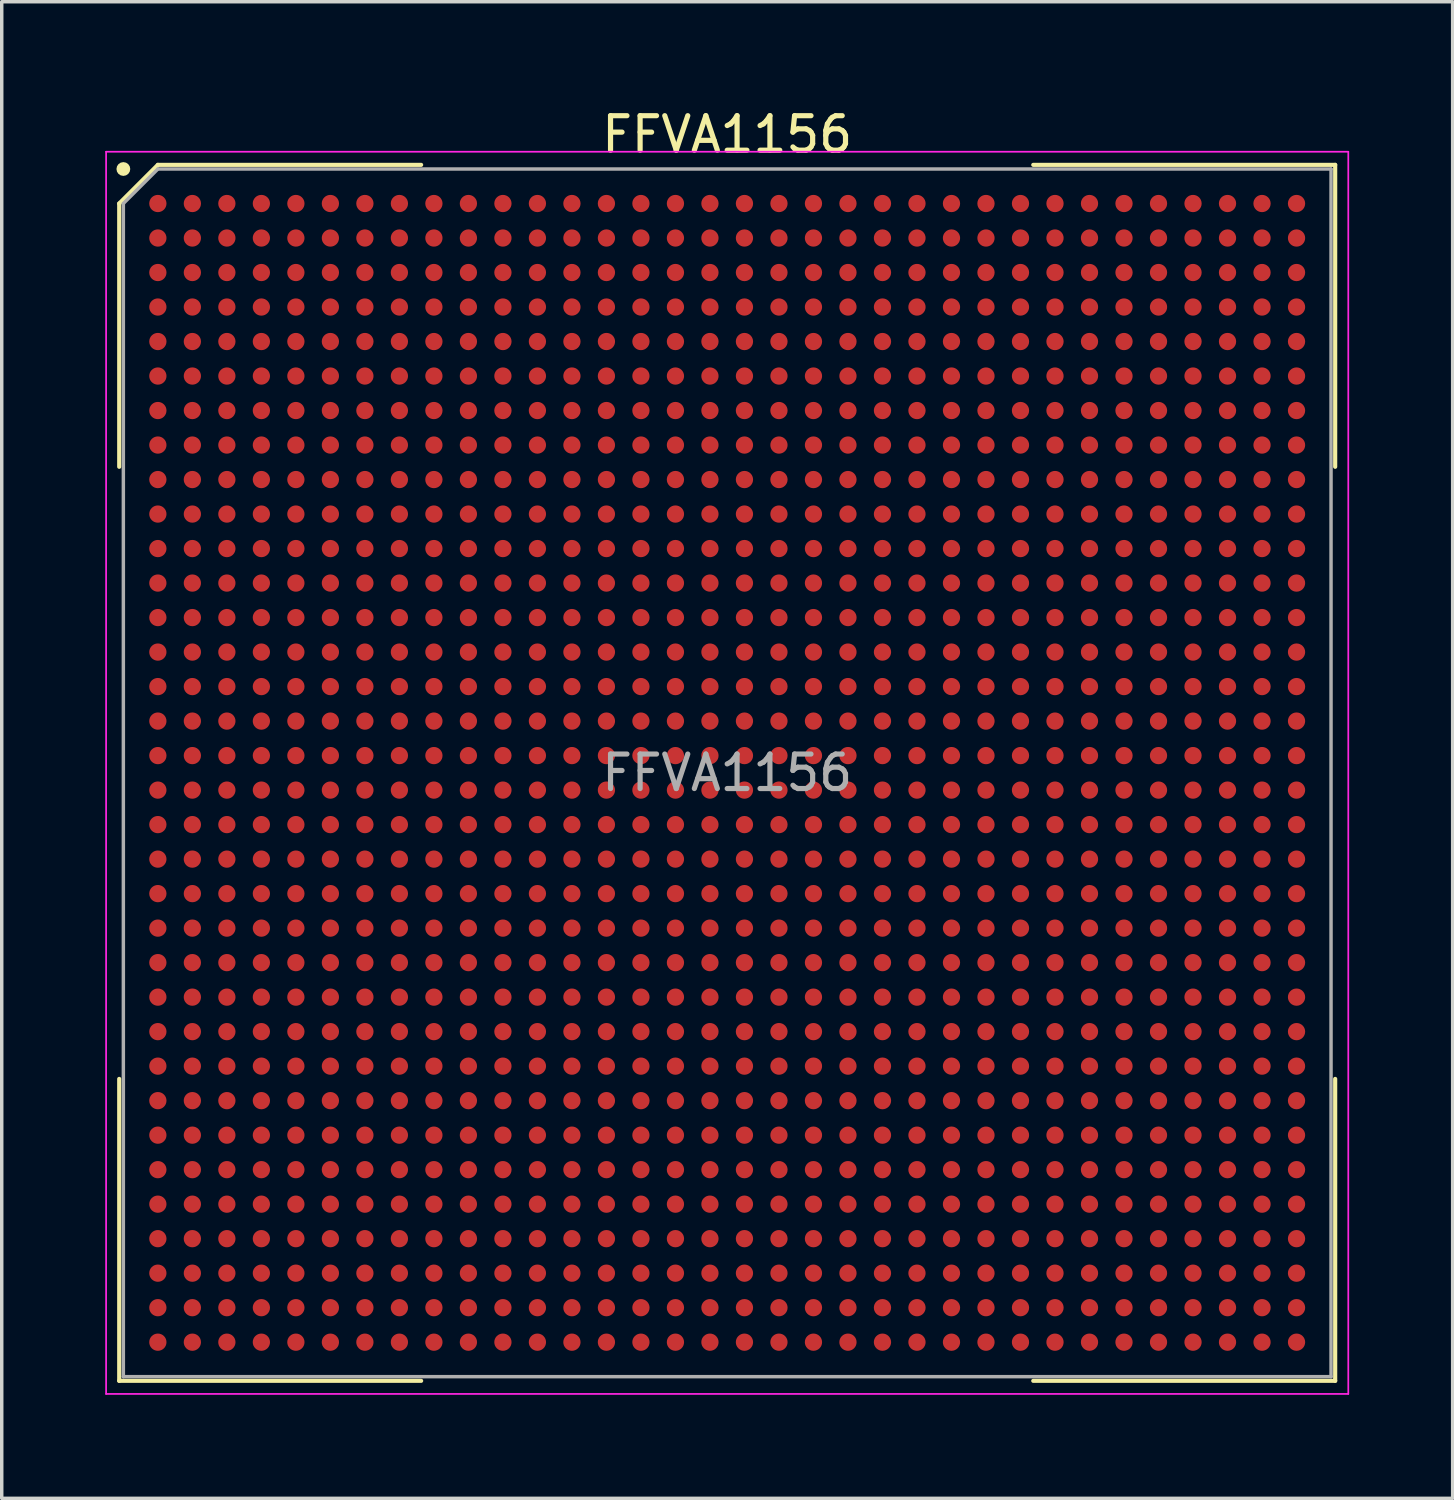
<source format=kicad_pcb>
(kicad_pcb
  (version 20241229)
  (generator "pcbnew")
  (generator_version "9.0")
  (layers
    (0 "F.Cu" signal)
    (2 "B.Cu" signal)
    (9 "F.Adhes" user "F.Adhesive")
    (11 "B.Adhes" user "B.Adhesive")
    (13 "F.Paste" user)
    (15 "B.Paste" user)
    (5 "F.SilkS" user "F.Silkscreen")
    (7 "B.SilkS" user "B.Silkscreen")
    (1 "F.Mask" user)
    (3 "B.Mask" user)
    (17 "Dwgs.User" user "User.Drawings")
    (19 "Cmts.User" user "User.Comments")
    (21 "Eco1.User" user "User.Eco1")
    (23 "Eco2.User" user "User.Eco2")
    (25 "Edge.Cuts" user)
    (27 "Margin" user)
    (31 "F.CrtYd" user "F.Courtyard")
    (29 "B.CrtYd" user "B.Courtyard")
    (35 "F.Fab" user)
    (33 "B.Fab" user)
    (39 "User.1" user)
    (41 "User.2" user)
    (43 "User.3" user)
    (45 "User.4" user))
  (footprint "FFVA1156"
    (layer "F.Cu")
    (at 18.025 19.348)
    (property "Reference" "FFVA1156" (at 0 -18.5 0) (layer "F.SilkS") (effects (font (size 1 1) (thickness 0.15))))
    (attr smd)
    (fp_line (start -17.62 -16.5) (end -17.62 -8.87) (stroke (width 0.12) (type default)) (layer "F.SilkS"))
    (fp_line (start -17.62 17.62) (end -17.62 8.87) (stroke (width 0.12) (type default)) (layer "F.SilkS"))
    (fp_line (start -16.5 -17.62) (end -17.62 -16.5) (stroke (width 0.12) (type default)) (layer "F.SilkS"))
    (fp_line (start -8.87 -17.62) (end -16.5 -17.62) (stroke (width 0.12) (type default)) (layer "F.SilkS"))
    (fp_line (start -8.87 17.62) (end -17.62 17.62) (stroke (width 0.12) (type default)) (layer "F.SilkS"))
    (fp_line (start 8.87 -17.62) (end 17.62 -17.62) (stroke (width 0.12) (type default)) (layer "F.SilkS"))
    (fp_line (start 8.87 17.62) (end 17.62 17.62) (stroke (width 0.12) (type default)) (layer "F.SilkS"))
    (fp_line (start 17.62 -17.62) (end 17.62 -8.87) (stroke (width 0.12) (type default)) (layer "F.SilkS"))
    (fp_line (start 17.62 17.62) (end 17.62 8.87) (stroke (width 0.12) (type default)) (layer "F.SilkS"))
    (fp_circle (center -17.5 -17.5) (end -17.5 -17.4) (stroke (width 0.2) (type default)) (fill no) (layer "F.SilkS"))
    (fp_line (start -18 -18) (end 18 -18) (stroke (width 0.05) (type default)) (layer "F.CrtYd"))
    (fp_line (start -18 18) (end -18 -18) (stroke (width 0.05) (type default)) (layer "F.CrtYd"))
    (fp_line (start 18 -18) (end 18 18) (stroke (width 0.05) (type default)) (layer "F.CrtYd"))
    (fp_line (start 18 18) (end -18 18) (stroke (width 0.05) (type default)) (layer "F.CrtYd"))
    (fp_line (start -17.5 -16.5) (end -17.5 17.5) (stroke (width 0.1) (type default)) (layer "F.Fab"))
    (fp_line (start -17.5 17.5) (end 17.5 17.5) (stroke (width 0.1) (type default)) (layer "F.Fab"))
    (fp_line (start -16.5 -17.5) (end -17.5 -16.5) (stroke (width 0.1) (type default)) (layer "F.Fab"))
    (fp_line (start 17.5 -17.5) (end -16.5 -17.5) (stroke (width 0.1) (type default)) (layer "F.Fab"))
    (fp_line (start 17.5 17.5) (end 17.5 -17.5) (stroke (width 0.1) (type default)) (layer "F.Fab"))
    (fp_text user "${REFERENCE}" (at 0 0 0) (layer "F.Fab") (effects (font (size 1 1) (thickness 0.15))))
    (pad "A1" smd circle (at -16.5 -16.5) (size 0.5 0.5) (layers "F.Cu" "F.Mask" "F.Paste"))
    (pad "A2" smd circle (at -15.5 -16.5) (size 0.5 0.5) (layers "F.Cu" "F.Mask" "F.Paste"))
    (pad "A3" smd circle (at -14.5 -16.5) (size 0.5 0.5) (layers "F.Cu" "F.Mask" "F.Paste"))
    (pad "A4" smd circle (at -13.5 -16.5) (size 0.5 0.5) (layers "F.Cu" "F.Mask" "F.Paste"))
    (pad "A5" smd circle (at -12.5 -16.5) (size 0.5 0.5) (layers "F.Cu" "F.Mask" "F.Paste"))
    (pad "A6" smd circle (at -11.5 -16.5) (size 0.5 0.5) (layers "F.Cu" "F.Mask" "F.Paste"))
    (pad "A7" smd circle (at -10.5 -16.5) (size 0.5 0.5) (layers "F.Cu" "F.Mask" "F.Paste"))
    (pad "A8" smd circle (at -9.5 -16.5) (size 0.5 0.5) (layers "F.Cu" "F.Mask" "F.Paste"))
    (pad "A9" smd circle (at -8.5 -16.5) (size 0.5 0.5) (layers "F.Cu" "F.Mask" "F.Paste"))
    (pad "A10" smd circle (at -7.5 -16.5) (size 0.5 0.5) (layers "F.Cu" "F.Mask" "F.Paste"))
    (pad "A11" smd circle (at -6.5 -16.5) (size 0.5 0.5) (layers "F.Cu" "F.Mask" "F.Paste"))
    (pad "A12" smd circle (at -5.5 -16.5) (size 0.5 0.5) (layers "F.Cu" "F.Mask" "F.Paste"))
    (pad "A13" smd circle (at -4.5 -16.5) (size 0.5 0.5) (layers "F.Cu" "F.Mask" "F.Paste"))
    (pad "A14" smd circle (at -3.5 -16.5) (size 0.5 0.5) (layers "F.Cu" "F.Mask" "F.Paste"))
    (pad "A15" smd circle (at -2.5 -16.5) (size 0.5 0.5) (layers "F.Cu" "F.Mask" "F.Paste"))
    (pad "A16" smd circle (at -1.5 -16.5) (size 0.5 0.5) (layers "F.Cu" "F.Mask" "F.Paste"))
    (pad "A17" smd circle (at -0.5 -16.5) (size 0.5 0.5) (layers "F.Cu" "F.Mask" "F.Paste"))
    (pad "A18" smd circle (at 0.5 -16.5) (size 0.5 0.5) (layers "F.Cu" "F.Mask" "F.Paste"))
    (pad "A19" smd circle (at 1.5 -16.5) (size 0.5 0.5) (layers "F.Cu" "F.Mask" "F.Paste"))
    (pad "A20" smd circle (at 2.5 -16.5) (size 0.5 0.5) (layers "F.Cu" "F.Mask" "F.Paste"))
    (pad "A21" smd circle (at 3.5 -16.5) (size 0.5 0.5) (layers "F.Cu" "F.Mask" "F.Paste"))
    (pad "A22" smd circle (at 4.5 -16.5) (size 0.5 0.5) (layers "F.Cu" "F.Mask" "F.Paste"))
    (pad "A23" smd circle (at 5.5 -16.5) (size 0.5 0.5) (layers "F.Cu" "F.Mask" "F.Paste"))
    (pad "A24" smd circle (at 6.5 -16.5) (size 0.5 0.5) (layers "F.Cu" "F.Mask" "F.Paste"))
    (pad "A25" smd circle (at 7.5 -16.5) (size 0.5 0.5) (layers "F.Cu" "F.Mask" "F.Paste"))
    (pad "A26" smd circle (at 8.5 -16.5) (size 0.5 0.5) (layers "F.Cu" "F.Mask" "F.Paste"))
    (pad "A27" smd circle (at 9.5 -16.5) (size 0.5 0.5) (layers "F.Cu" "F.Mask" "F.Paste"))
    (pad "A28" smd circle (at 10.5 -16.5) (size 0.5 0.5) (layers "F.Cu" "F.Mask" "F.Paste"))
    (pad "A29" smd circle (at 11.5 -16.5) (size 0.5 0.5) (layers "F.Cu" "F.Mask" "F.Paste"))
    (pad "A30" smd circle (at 12.5 -16.5) (size 0.5 0.5) (layers "F.Cu" "F.Mask" "F.Paste"))
    (pad "A31" smd circle (at 13.5 -16.5) (size 0.5 0.5) (layers "F.Cu" "F.Mask" "F.Paste"))
    (pad "A32" smd circle (at 14.5 -16.5) (size 0.5 0.5) (layers "F.Cu" "F.Mask" "F.Paste"))
    (pad "A33" smd circle (at 15.5 -16.5) (size 0.5 0.5) (layers "F.Cu" "F.Mask" "F.Paste"))
    (pad "A34" smd circle (at 16.5 -16.5) (size 0.5 0.5) (layers "F.Cu" "F.Mask" "F.Paste"))
    (pad "AA1" smd circle (at -16.5 3.5) (size 0.5 0.5) (layers "F.Cu" "F.Mask" "F.Paste"))
    (pad "AA2" smd circle (at -15.5 3.5) (size 0.5 0.5) (layers "F.Cu" "F.Mask" "F.Paste"))
    (pad "AA3" smd circle (at -14.5 3.5) (size 0.5 0.5) (layers "F.Cu" "F.Mask" "F.Paste"))
    (pad "AA4" smd circle (at -13.5 3.5) (size 0.5 0.5) (layers "F.Cu" "F.Mask" "F.Paste"))
    (pad "AA5" smd circle (at -12.5 3.5) (size 0.5 0.5) (layers "F.Cu" "F.Mask" "F.Paste"))
    (pad "AA6" smd circle (at -11.5 3.5) (size 0.5 0.5) (layers "F.Cu" "F.Mask" "F.Paste"))
    (pad "AA7" smd circle (at -10.5 3.5) (size 0.5 0.5) (layers "F.Cu" "F.Mask" "F.Paste"))
    (pad "AA8" smd circle (at -9.5 3.5) (size 0.5 0.5) (layers "F.Cu" "F.Mask" "F.Paste"))
    (pad "AA9" smd circle (at -8.5 3.5) (size 0.5 0.5) (layers "F.Cu" "F.Mask" "F.Paste"))
    (pad "AA10" smd circle (at -7.5 3.5) (size 0.5 0.5) (layers "F.Cu" "F.Mask" "F.Paste"))
    (pad "AA11" smd circle (at -6.5 3.5) (size 0.5 0.5) (layers "F.Cu" "F.Mask" "F.Paste"))
    (pad "AA12" smd circle (at -5.5 3.5) (size 0.5 0.5) (layers "F.Cu" "F.Mask" "F.Paste"))
    (pad "AA13" smd circle (at -4.5 3.5) (size 0.5 0.5) (layers "F.Cu" "F.Mask" "F.Paste"))
    (pad "AA14" smd circle (at -3.5 3.5) (size 0.5 0.5) (layers "F.Cu" "F.Mask" "F.Paste"))
    (pad "AA15" smd circle (at -2.5 3.5) (size 0.5 0.5) (layers "F.Cu" "F.Mask" "F.Paste"))
    (pad "AA16" smd circle (at -1.5 3.5) (size 0.5 0.5) (layers "F.Cu" "F.Mask" "F.Paste"))
    (pad "AA17" smd circle (at -0.5 3.5) (size 0.5 0.5) (layers "F.Cu" "F.Mask" "F.Paste"))
    (pad "AA18" smd circle (at 0.5 3.5) (size 0.5 0.5) (layers "F.Cu" "F.Mask" "F.Paste"))
    (pad "AA19" smd circle (at 1.5 3.5) (size 0.5 0.5) (layers "F.Cu" "F.Mask" "F.Paste"))
    (pad "AA20" smd circle (at 2.5 3.5) (size 0.5 0.5) (layers "F.Cu" "F.Mask" "F.Paste"))
    (pad "AA21" smd circle (at 3.5 3.5) (size 0.5 0.5) (layers "F.Cu" "F.Mask" "F.Paste"))
    (pad "AA22" smd circle (at 4.5 3.5) (size 0.5 0.5) (layers "F.Cu" "F.Mask" "F.Paste"))
    (pad "AA23" smd circle (at 5.5 3.5) (size 0.5 0.5) (layers "F.Cu" "F.Mask" "F.Paste"))
    (pad "AA24" smd circle (at 6.5 3.5) (size 0.5 0.5) (layers "F.Cu" "F.Mask" "F.Paste"))
    (pad "AA25" smd circle (at 7.5 3.5) (size 0.5 0.5) (layers "F.Cu" "F.Mask" "F.Paste"))
    (pad "AA26" smd circle (at 8.5 3.5) (size 0.5 0.5) (layers "F.Cu" "F.Mask" "F.Paste"))
    (pad "AA27" smd circle (at 9.5 3.5) (size 0.5 0.5) (layers "F.Cu" "F.Mask" "F.Paste"))
    (pad "AA28" smd circle (at 10.5 3.5) (size 0.5 0.5) (layers "F.Cu" "F.Mask" "F.Paste"))
    (pad "AA29" smd circle (at 11.5 3.5) (size 0.5 0.5) (layers "F.Cu" "F.Mask" "F.Paste"))
    (pad "AA30" smd circle (at 12.5 3.5) (size 0.5 0.5) (layers "F.Cu" "F.Mask" "F.Paste"))
    (pad "AA31" smd circle (at 13.5 3.5) (size 0.5 0.5) (layers "F.Cu" "F.Mask" "F.Paste"))
    (pad "AA32" smd circle (at 14.5 3.5) (size 0.5 0.5) (layers "F.Cu" "F.Mask" "F.Paste"))
    (pad "AA33" smd circle (at 15.5 3.5) (size 0.5 0.5) (layers "F.Cu" "F.Mask" "F.Paste"))
    (pad "AA34" smd circle (at 16.5 3.5) (size 0.5 0.5) (layers "F.Cu" "F.Mask" "F.Paste"))
    (pad "AB1" smd circle (at -16.5 4.5) (size 0.5 0.5) (layers "F.Cu" "F.Mask" "F.Paste"))
    (pad "AB2" smd circle (at -15.5 4.5) (size 0.5 0.5) (layers "F.Cu" "F.Mask" "F.Paste"))
    (pad "AB3" smd circle (at -14.5 4.5) (size 0.5 0.5) (layers "F.Cu" "F.Mask" "F.Paste"))
    (pad "AB4" smd circle (at -13.5 4.5) (size 0.5 0.5) (layers "F.Cu" "F.Mask" "F.Paste"))
    (pad "AB5" smd circle (at -12.5 4.5) (size 0.5 0.5) (layers "F.Cu" "F.Mask" "F.Paste"))
    (pad "AB6" smd circle (at -11.5 4.5) (size 0.5 0.5) (layers "F.Cu" "F.Mask" "F.Paste"))
    (pad "AB7" smd circle (at -10.5 4.5) (size 0.5 0.5) (layers "F.Cu" "F.Mask" "F.Paste"))
    (pad "AB8" smd circle (at -9.5 4.5) (size 0.5 0.5) (layers "F.Cu" "F.Mask" "F.Paste"))
    (pad "AB9" smd circle (at -8.5 4.5) (size 0.5 0.5) (layers "F.Cu" "F.Mask" "F.Paste"))
    (pad "AB10" smd circle (at -7.5 4.5) (size 0.5 0.5) (layers "F.Cu" "F.Mask" "F.Paste"))
    (pad "AB11" smd circle (at -6.5 4.5) (size 0.5 0.5) (layers "F.Cu" "F.Mask" "F.Paste"))
    (pad "AB12" smd circle (at -5.5 4.5) (size 0.5 0.5) (layers "F.Cu" "F.Mask" "F.Paste"))
    (pad "AB13" smd circle (at -4.5 4.5) (size 0.5 0.5) (layers "F.Cu" "F.Mask" "F.Paste"))
    (pad "AB14" smd circle (at -3.5 4.5) (size 0.5 0.5) (layers "F.Cu" "F.Mask" "F.Paste"))
    (pad "AB15" smd circle (at -2.5 4.5) (size 0.5 0.5) (layers "F.Cu" "F.Mask" "F.Paste"))
    (pad "AB16" smd circle (at -1.5 4.5) (size 0.5 0.5) (layers "F.Cu" "F.Mask" "F.Paste"))
    (pad "AB17" smd circle (at -0.5 4.5) (size 0.5 0.5) (layers "F.Cu" "F.Mask" "F.Paste"))
    (pad "AB18" smd circle (at 0.5 4.5) (size 0.5 0.5) (layers "F.Cu" "F.Mask" "F.Paste"))
    (pad "AB19" smd circle (at 1.5 4.5) (size 0.5 0.5) (layers "F.Cu" "F.Mask" "F.Paste"))
    (pad "AB20" smd circle (at 2.5 4.5) (size 0.5 0.5) (layers "F.Cu" "F.Mask" "F.Paste"))
    (pad "AB21" smd circle (at 3.5 4.5) (size 0.5 0.5) (layers "F.Cu" "F.Mask" "F.Paste"))
    (pad "AB22" smd circle (at 4.5 4.5) (size 0.5 0.5) (layers "F.Cu" "F.Mask" "F.Paste"))
    (pad "AB23" smd circle (at 5.5 4.5) (size 0.5 0.5) (layers "F.Cu" "F.Mask" "F.Paste"))
    (pad "AB24" smd circle (at 6.5 4.5) (size 0.5 0.5) (layers "F.Cu" "F.Mask" "F.Paste"))
    (pad "AB25" smd circle (at 7.5 4.5) (size 0.5 0.5) (layers "F.Cu" "F.Mask" "F.Paste"))
    (pad "AB26" smd circle (at 8.5 4.5) (size 0.5 0.5) (layers "F.Cu" "F.Mask" "F.Paste"))
    (pad "AB27" smd circle (at 9.5 4.5) (size 0.5 0.5) (layers "F.Cu" "F.Mask" "F.Paste"))
    (pad "AB28" smd circle (at 10.5 4.5) (size 0.5 0.5) (layers "F.Cu" "F.Mask" "F.Paste"))
    (pad "AB29" smd circle (at 11.5 4.5) (size 0.5 0.5) (layers "F.Cu" "F.Mask" "F.Paste"))
    (pad "AB30" smd circle (at 12.5 4.5) (size 0.5 0.5) (layers "F.Cu" "F.Mask" "F.Paste"))
    (pad "AB31" smd circle (at 13.5 4.5) (size 0.5 0.5) (layers "F.Cu" "F.Mask" "F.Paste"))
    (pad "AB32" smd circle (at 14.5 4.5) (size 0.5 0.5) (layers "F.Cu" "F.Mask" "F.Paste"))
    (pad "AB33" smd circle (at 15.5 4.5) (size 0.5 0.5) (layers "F.Cu" "F.Mask" "F.Paste"))
    (pad "AB34" smd circle (at 16.5 4.5) (size 0.5 0.5) (layers "F.Cu" "F.Mask" "F.Paste"))
    (pad "AC1" smd circle (at -16.5 5.5) (size 0.5 0.5) (layers "F.Cu" "F.Mask" "F.Paste"))
    (pad "AC2" smd circle (at -15.5 5.5) (size 0.5 0.5) (layers "F.Cu" "F.Mask" "F.Paste"))
    (pad "AC3" smd circle (at -14.5 5.5) (size 0.5 0.5) (layers "F.Cu" "F.Mask" "F.Paste"))
    (pad "AC4" smd circle (at -13.5 5.5) (size 0.5 0.5) (layers "F.Cu" "F.Mask" "F.Paste"))
    (pad "AC5" smd circle (at -12.5 5.5) (size 0.5 0.5) (layers "F.Cu" "F.Mask" "F.Paste"))
    (pad "AC6" smd circle (at -11.5 5.5) (size 0.5 0.5) (layers "F.Cu" "F.Mask" "F.Paste"))
    (pad "AC7" smd circle (at -10.5 5.5) (size 0.5 0.5) (layers "F.Cu" "F.Mask" "F.Paste"))
    (pad "AC8" smd circle (at -9.5 5.5) (size 0.5 0.5) (layers "F.Cu" "F.Mask" "F.Paste"))
    (pad "AC9" smd circle (at -8.5 5.5) (size 0.5 0.5) (layers "F.Cu" "F.Mask" "F.Paste"))
    (pad "AC10" smd circle (at -7.5 5.5) (size 0.5 0.5) (layers "F.Cu" "F.Mask" "F.Paste"))
    (pad "AC11" smd circle (at -6.5 5.5) (size 0.5 0.5) (layers "F.Cu" "F.Mask" "F.Paste"))
    (pad "AC12" smd circle (at -5.5 5.5) (size 0.5 0.5) (layers "F.Cu" "F.Mask" "F.Paste"))
    (pad "AC13" smd circle (at -4.5 5.5) (size 0.5 0.5) (layers "F.Cu" "F.Mask" "F.Paste"))
    (pad "AC14" smd circle (at -3.5 5.5) (size 0.5 0.5) (layers "F.Cu" "F.Mask" "F.Paste"))
    (pad "AC15" smd circle (at -2.5 5.5) (size 0.5 0.5) (layers "F.Cu" "F.Mask" "F.Paste"))
    (pad "AC16" smd circle (at -1.5 5.5) (size 0.5 0.5) (layers "F.Cu" "F.Mask" "F.Paste"))
    (pad "AC17" smd circle (at -0.5 5.5) (size 0.5 0.5) (layers "F.Cu" "F.Mask" "F.Paste"))
    (pad "AC18" smd circle (at 0.5 5.5) (size 0.5 0.5) (layers "F.Cu" "F.Mask" "F.Paste"))
    (pad "AC19" smd circle (at 1.5 5.5) (size 0.5 0.5) (layers "F.Cu" "F.Mask" "F.Paste"))
    (pad "AC20" smd circle (at 2.5 5.5) (size 0.5 0.5) (layers "F.Cu" "F.Mask" "F.Paste"))
    (pad "AC21" smd circle (at 3.5 5.5) (size 0.5 0.5) (layers "F.Cu" "F.Mask" "F.Paste"))
    (pad "AC22" smd circle (at 4.5 5.5) (size 0.5 0.5) (layers "F.Cu" "F.Mask" "F.Paste"))
    (pad "AC23" smd circle (at 5.5 5.5) (size 0.5 0.5) (layers "F.Cu" "F.Mask" "F.Paste"))
    (pad "AC24" smd circle (at 6.5 5.5) (size 0.5 0.5) (layers "F.Cu" "F.Mask" "F.Paste"))
    (pad "AC25" smd circle (at 7.5 5.5) (size 0.5 0.5) (layers "F.Cu" "F.Mask" "F.Paste"))
    (pad "AC26" smd circle (at 8.5 5.5) (size 0.5 0.5) (layers "F.Cu" "F.Mask" "F.Paste"))
    (pad "AC27" smd circle (at 9.5 5.5) (size 0.5 0.5) (layers "F.Cu" "F.Mask" "F.Paste"))
    (pad "AC28" smd circle (at 10.5 5.5) (size 0.5 0.5) (layers "F.Cu" "F.Mask" "F.Paste"))
    (pad "AC29" smd circle (at 11.5 5.5) (size 0.5 0.5) (layers "F.Cu" "F.Mask" "F.Paste"))
    (pad "AC30" smd circle (at 12.5 5.5) (size 0.5 0.5) (layers "F.Cu" "F.Mask" "F.Paste"))
    (pad "AC31" smd circle (at 13.5 5.5) (size 0.5 0.5) (layers "F.Cu" "F.Mask" "F.Paste"))
    (pad "AC32" smd circle (at 14.5 5.5) (size 0.5 0.5) (layers "F.Cu" "F.Mask" "F.Paste"))
    (pad "AC33" smd circle (at 15.5 5.5) (size 0.5 0.5) (layers "F.Cu" "F.Mask" "F.Paste"))
    (pad "AC34" smd circle (at 16.5 5.5) (size 0.5 0.5) (layers "F.Cu" "F.Mask" "F.Paste"))
    (pad "AD1" smd circle (at -16.5 6.5) (size 0.5 0.5) (layers "F.Cu" "F.Mask" "F.Paste"))
    (pad "AD2" smd circle (at -15.5 6.5) (size 0.5 0.5) (layers "F.Cu" "F.Mask" "F.Paste"))
    (pad "AD3" smd circle (at -14.5 6.5) (size 0.5 0.5) (layers "F.Cu" "F.Mask" "F.Paste"))
    (pad "AD4" smd circle (at -13.5 6.5) (size 0.5 0.5) (layers "F.Cu" "F.Mask" "F.Paste"))
    (pad "AD5" smd circle (at -12.5 6.5) (size 0.5 0.5) (layers "F.Cu" "F.Mask" "F.Paste"))
    (pad "AD6" smd circle (at -11.5 6.5) (size 0.5 0.5) (layers "F.Cu" "F.Mask" "F.Paste"))
    (pad "AD7" smd circle (at -10.5 6.5) (size 0.5 0.5) (layers "F.Cu" "F.Mask" "F.Paste"))
    (pad "AD8" smd circle (at -9.5 6.5) (size 0.5 0.5) (layers "F.Cu" "F.Mask" "F.Paste"))
    (pad "AD9" smd circle (at -8.5 6.5) (size 0.5 0.5) (layers "F.Cu" "F.Mask" "F.Paste"))
    (pad "AD10" smd circle (at -7.5 6.5) (size 0.5 0.5) (layers "F.Cu" "F.Mask" "F.Paste"))
    (pad "AD11" smd circle (at -6.5 6.5) (size 0.5 0.5) (layers "F.Cu" "F.Mask" "F.Paste"))
    (pad "AD12" smd circle (at -5.5 6.5) (size 0.5 0.5) (layers "F.Cu" "F.Mask" "F.Paste"))
    (pad "AD13" smd circle (at -4.5 6.5) (size 0.5 0.5) (layers "F.Cu" "F.Mask" "F.Paste"))
    (pad "AD14" smd circle (at -3.5 6.5) (size 0.5 0.5) (layers "F.Cu" "F.Mask" "F.Paste"))
    (pad "AD15" smd circle (at -2.5 6.5) (size 0.5 0.5) (layers "F.Cu" "F.Mask" "F.Paste"))
    (pad "AD16" smd circle (at -1.5 6.5) (size 0.5 0.5) (layers "F.Cu" "F.Mask" "F.Paste"))
    (pad "AD17" smd circle (at -0.5 6.5) (size 0.5 0.5) (layers "F.Cu" "F.Mask" "F.Paste"))
    (pad "AD18" smd circle (at 0.5 6.5) (size 0.5 0.5) (layers "F.Cu" "F.Mask" "F.Paste"))
    (pad "AD19" smd circle (at 1.5 6.5) (size 0.5 0.5) (layers "F.Cu" "F.Mask" "F.Paste"))
    (pad "AD20" smd circle (at 2.5 6.5) (size 0.5 0.5) (layers "F.Cu" "F.Mask" "F.Paste"))
    (pad "AD21" smd circle (at 3.5 6.5) (size 0.5 0.5) (layers "F.Cu" "F.Mask" "F.Paste"))
    (pad "AD22" smd circle (at 4.5 6.5) (size 0.5 0.5) (layers "F.Cu" "F.Mask" "F.Paste"))
    (pad "AD23" smd circle (at 5.5 6.5) (size 0.5 0.5) (layers "F.Cu" "F.Mask" "F.Paste"))
    (pad "AD24" smd circle (at 6.5 6.5) (size 0.5 0.5) (layers "F.Cu" "F.Mask" "F.Paste"))
    (pad "AD25" smd circle (at 7.5 6.5) (size 0.5 0.5) (layers "F.Cu" "F.Mask" "F.Paste"))
    (pad "AD26" smd circle (at 8.5 6.5) (size 0.5 0.5) (layers "F.Cu" "F.Mask" "F.Paste"))
    (pad "AD27" smd circle (at 9.5 6.5) (size 0.5 0.5) (layers "F.Cu" "F.Mask" "F.Paste"))
    (pad "AD28" smd circle (at 10.5 6.5) (size 0.5 0.5) (layers "F.Cu" "F.Mask" "F.Paste"))
    (pad "AD29" smd circle (at 11.5 6.5) (size 0.5 0.5) (layers "F.Cu" "F.Mask" "F.Paste"))
    (pad "AD30" smd circle (at 12.5 6.5) (size 0.5 0.5) (layers "F.Cu" "F.Mask" "F.Paste"))
    (pad "AD31" smd circle (at 13.5 6.5) (size 0.5 0.5) (layers "F.Cu" "F.Mask" "F.Paste"))
    (pad "AD32" smd circle (at 14.5 6.5) (size 0.5 0.5) (layers "F.Cu" "F.Mask" "F.Paste"))
    (pad "AD33" smd circle (at 15.5 6.5) (size 0.5 0.5) (layers "F.Cu" "F.Mask" "F.Paste"))
    (pad "AD34" smd circle (at 16.5 6.5) (size 0.5 0.5) (layers "F.Cu" "F.Mask" "F.Paste"))
    (pad "AE1" smd circle (at -16.5 7.5) (size 0.5 0.5) (layers "F.Cu" "F.Mask" "F.Paste"))
    (pad "AE2" smd circle (at -15.5 7.5) (size 0.5 0.5) (layers "F.Cu" "F.Mask" "F.Paste"))
    (pad "AE3" smd circle (at -14.5 7.5) (size 0.5 0.5) (layers "F.Cu" "F.Mask" "F.Paste"))
    (pad "AE4" smd circle (at -13.5 7.5) (size 0.5 0.5) (layers "F.Cu" "F.Mask" "F.Paste"))
    (pad "AE5" smd circle (at -12.5 7.5) (size 0.5 0.5) (layers "F.Cu" "F.Mask" "F.Paste"))
    (pad "AE6" smd circle (at -11.5 7.5) (size 0.5 0.5) (layers "F.Cu" "F.Mask" "F.Paste"))
    (pad "AE7" smd circle (at -10.5 7.5) (size 0.5 0.5) (layers "F.Cu" "F.Mask" "F.Paste"))
    (pad "AE8" smd circle (at -9.5 7.5) (size 0.5 0.5) (layers "F.Cu" "F.Mask" "F.Paste"))
    (pad "AE9" smd circle (at -8.5 7.5) (size 0.5 0.5) (layers "F.Cu" "F.Mask" "F.Paste"))
    (pad "AE10" smd circle (at -7.5 7.5) (size 0.5 0.5) (layers "F.Cu" "F.Mask" "F.Paste"))
    (pad "AE11" smd circle (at -6.5 7.5) (size 0.5 0.5) (layers "F.Cu" "F.Mask" "F.Paste"))
    (pad "AE12" smd circle (at -5.5 7.5) (size 0.5 0.5) (layers "F.Cu" "F.Mask" "F.Paste"))
    (pad "AE13" smd circle (at -4.5 7.5) (size 0.5 0.5) (layers "F.Cu" "F.Mask" "F.Paste"))
    (pad "AE14" smd circle (at -3.5 7.5) (size 0.5 0.5) (layers "F.Cu" "F.Mask" "F.Paste"))
    (pad "AE15" smd circle (at -2.5 7.5) (size 0.5 0.5) (layers "F.Cu" "F.Mask" "F.Paste"))
    (pad "AE16" smd circle (at -1.5 7.5) (size 0.5 0.5) (layers "F.Cu" "F.Mask" "F.Paste"))
    (pad "AE17" smd circle (at -0.5 7.5) (size 0.5 0.5) (layers "F.Cu" "F.Mask" "F.Paste"))
    (pad "AE18" smd circle (at 0.5 7.5) (size 0.5 0.5) (layers "F.Cu" "F.Mask" "F.Paste"))
    (pad "AE19" smd circle (at 1.5 7.5) (size 0.5 0.5) (layers "F.Cu" "F.Mask" "F.Paste"))
    (pad "AE20" smd circle (at 2.5 7.5) (size 0.5 0.5) (layers "F.Cu" "F.Mask" "F.Paste"))
    (pad "AE21" smd circle (at 3.5 7.5) (size 0.5 0.5) (layers "F.Cu" "F.Mask" "F.Paste"))
    (pad "AE22" smd circle (at 4.5 7.5) (size 0.5 0.5) (layers "F.Cu" "F.Mask" "F.Paste"))
    (pad "AE23" smd circle (at 5.5 7.5) (size 0.5 0.5) (layers "F.Cu" "F.Mask" "F.Paste"))
    (pad "AE24" smd circle (at 6.5 7.5) (size 0.5 0.5) (layers "F.Cu" "F.Mask" "F.Paste"))
    (pad "AE25" smd circle (at 7.5 7.5) (size 0.5 0.5) (layers "F.Cu" "F.Mask" "F.Paste"))
    (pad "AE26" smd circle (at 8.5 7.5) (size 0.5 0.5) (layers "F.Cu" "F.Mask" "F.Paste"))
    (pad "AE27" smd circle (at 9.5 7.5) (size 0.5 0.5) (layers "F.Cu" "F.Mask" "F.Paste"))
    (pad "AE28" smd circle (at 10.5 7.5) (size 0.5 0.5) (layers "F.Cu" "F.Mask" "F.Paste"))
    (pad "AE29" smd circle (at 11.5 7.5) (size 0.5 0.5) (layers "F.Cu" "F.Mask" "F.Paste"))
    (pad "AE30" smd circle (at 12.5 7.5) (size 0.5 0.5) (layers "F.Cu" "F.Mask" "F.Paste"))
    (pad "AE31" smd circle (at 13.5 7.5) (size 0.5 0.5) (layers "F.Cu" "F.Mask" "F.Paste"))
    (pad "AE32" smd circle (at 14.5 7.5) (size 0.5 0.5) (layers "F.Cu" "F.Mask" "F.Paste"))
    (pad "AE33" smd circle (at 15.5 7.5) (size 0.5 0.5) (layers "F.Cu" "F.Mask" "F.Paste"))
    (pad "AE34" smd circle (at 16.5 7.5) (size 0.5 0.5) (layers "F.Cu" "F.Mask" "F.Paste"))
    (pad "AF1" smd circle (at -16.5 8.5) (size 0.5 0.5) (layers "F.Cu" "F.Mask" "F.Paste"))
    (pad "AF2" smd circle (at -15.5 8.5) (size 0.5 0.5) (layers "F.Cu" "F.Mask" "F.Paste"))
    (pad "AF3" smd circle (at -14.5 8.5) (size 0.5 0.5) (layers "F.Cu" "F.Mask" "F.Paste"))
    (pad "AF4" smd circle (at -13.5 8.5) (size 0.5 0.5) (layers "F.Cu" "F.Mask" "F.Paste"))
    (pad "AF5" smd circle (at -12.5 8.5) (size 0.5 0.5) (layers "F.Cu" "F.Mask" "F.Paste"))
    (pad "AF6" smd circle (at -11.5 8.5) (size 0.5 0.5) (layers "F.Cu" "F.Mask" "F.Paste"))
    (pad "AF7" smd circle (at -10.5 8.5) (size 0.5 0.5) (layers "F.Cu" "F.Mask" "F.Paste"))
    (pad "AF8" smd circle (at -9.5 8.5) (size 0.5 0.5) (layers "F.Cu" "F.Mask" "F.Paste"))
    (pad "AF9" smd circle (at -8.5 8.5) (size 0.5 0.5) (layers "F.Cu" "F.Mask" "F.Paste"))
    (pad "AF10" smd circle (at -7.5 8.5) (size 0.5 0.5) (layers "F.Cu" "F.Mask" "F.Paste"))
    (pad "AF11" smd circle (at -6.5 8.5) (size 0.5 0.5) (layers "F.Cu" "F.Mask" "F.Paste"))
    (pad "AF12" smd circle (at -5.5 8.5) (size 0.5 0.5) (layers "F.Cu" "F.Mask" "F.Paste"))
    (pad "AF13" smd circle (at -4.5 8.5) (size 0.5 0.5) (layers "F.Cu" "F.Mask" "F.Paste"))
    (pad "AF14" smd circle (at -3.5 8.5) (size 0.5 0.5) (layers "F.Cu" "F.Mask" "F.Paste"))
    (pad "AF15" smd circle (at -2.5 8.5) (size 0.5 0.5) (layers "F.Cu" "F.Mask" "F.Paste"))
    (pad "AF16" smd circle (at -1.5 8.5) (size 0.5 0.5) (layers "F.Cu" "F.Mask" "F.Paste"))
    (pad "AF17" smd circle (at -0.5 8.5) (size 0.5 0.5) (layers "F.Cu" "F.Mask" "F.Paste"))
    (pad "AF18" smd circle (at 0.5 8.5) (size 0.5 0.5) (layers "F.Cu" "F.Mask" "F.Paste"))
    (pad "AF19" smd circle (at 1.5 8.5) (size 0.5 0.5) (layers "F.Cu" "F.Mask" "F.Paste"))
    (pad "AF20" smd circle (at 2.5 8.5) (size 0.5 0.5) (layers "F.Cu" "F.Mask" "F.Paste"))
    (pad "AF21" smd circle (at 3.5 8.5) (size 0.5 0.5) (layers "F.Cu" "F.Mask" "F.Paste"))
    (pad "AF22" smd circle (at 4.5 8.5) (size 0.5 0.5) (layers "F.Cu" "F.Mask" "F.Paste"))
    (pad "AF23" smd circle (at 5.5 8.5) (size 0.5 0.5) (layers "F.Cu" "F.Mask" "F.Paste"))
    (pad "AF24" smd circle (at 6.5 8.5) (size 0.5 0.5) (layers "F.Cu" "F.Mask" "F.Paste"))
    (pad "AF25" smd circle (at 7.5 8.5) (size 0.5 0.5) (layers "F.Cu" "F.Mask" "F.Paste"))
    (pad "AF26" smd circle (at 8.5 8.5) (size 0.5 0.5) (layers "F.Cu" "F.Mask" "F.Paste"))
    (pad "AF27" smd circle (at 9.5 8.5) (size 0.5 0.5) (layers "F.Cu" "F.Mask" "F.Paste"))
    (pad "AF28" smd circle (at 10.5 8.5) (size 0.5 0.5) (layers "F.Cu" "F.Mask" "F.Paste"))
    (pad "AF29" smd circle (at 11.5 8.5) (size 0.5 0.5) (layers "F.Cu" "F.Mask" "F.Paste"))
    (pad "AF30" smd circle (at 12.5 8.5) (size 0.5 0.5) (layers "F.Cu" "F.Mask" "F.Paste"))
    (pad "AF31" smd circle (at 13.5 8.5) (size 0.5 0.5) (layers "F.Cu" "F.Mask" "F.Paste"))
    (pad "AF32" smd circle (at 14.5 8.5) (size 0.5 0.5) (layers "F.Cu" "F.Mask" "F.Paste"))
    (pad "AF33" smd circle (at 15.5 8.5) (size 0.5 0.5) (layers "F.Cu" "F.Mask" "F.Paste"))
    (pad "AF34" smd circle (at 16.5 8.5) (size 0.5 0.5) (layers "F.Cu" "F.Mask" "F.Paste"))
    (pad "AG1" smd circle (at -16.5 9.5) (size 0.5 0.5) (layers "F.Cu" "F.Mask" "F.Paste"))
    (pad "AG2" smd circle (at -15.5 9.5) (size 0.5 0.5) (layers "F.Cu" "F.Mask" "F.Paste"))
    (pad "AG3" smd circle (at -14.5 9.5) (size 0.5 0.5) (layers "F.Cu" "F.Mask" "F.Paste"))
    (pad "AG4" smd circle (at -13.5 9.5) (size 0.5 0.5) (layers "F.Cu" "F.Mask" "F.Paste"))
    (pad "AG5" smd circle (at -12.5 9.5) (size 0.5 0.5) (layers "F.Cu" "F.Mask" "F.Paste"))
    (pad "AG6" smd circle (at -11.5 9.5) (size 0.5 0.5) (layers "F.Cu" "F.Mask" "F.Paste"))
    (pad "AG7" smd circle (at -10.5 9.5) (size 0.5 0.5) (layers "F.Cu" "F.Mask" "F.Paste"))
    (pad "AG8" smd circle (at -9.5 9.5) (size 0.5 0.5) (layers "F.Cu" "F.Mask" "F.Paste"))
    (pad "AG9" smd circle (at -8.5 9.5) (size 0.5 0.5) (layers "F.Cu" "F.Mask" "F.Paste"))
    (pad "AG10" smd circle (at -7.5 9.5) (size 0.5 0.5) (layers "F.Cu" "F.Mask" "F.Paste"))
    (pad "AG11" smd circle (at -6.5 9.5) (size 0.5 0.5) (layers "F.Cu" "F.Mask" "F.Paste"))
    (pad "AG12" smd circle (at -5.5 9.5) (size 0.5 0.5) (layers "F.Cu" "F.Mask" "F.Paste"))
    (pad "AG13" smd circle (at -4.5 9.5) (size 0.5 0.5) (layers "F.Cu" "F.Mask" "F.Paste"))
    (pad "AG14" smd circle (at -3.5 9.5) (size 0.5 0.5) (layers "F.Cu" "F.Mask" "F.Paste"))
    (pad "AG15" smd circle (at -2.5 9.5) (size 0.5 0.5) (layers "F.Cu" "F.Mask" "F.Paste"))
    (pad "AG16" smd circle (at -1.5 9.5) (size 0.5 0.5) (layers "F.Cu" "F.Mask" "F.Paste"))
    (pad "AG17" smd circle (at -0.5 9.5) (size 0.5 0.5) (layers "F.Cu" "F.Mask" "F.Paste"))
    (pad "AG18" smd circle (at 0.5 9.5) (size 0.5 0.5) (layers "F.Cu" "F.Mask" "F.Paste"))
    (pad "AG19" smd circle (at 1.5 9.5) (size 0.5 0.5) (layers "F.Cu" "F.Mask" "F.Paste"))
    (pad "AG20" smd circle (at 2.5 9.5) (size 0.5 0.5) (layers "F.Cu" "F.Mask" "F.Paste"))
    (pad "AG21" smd circle (at 3.5 9.5) (size 0.5 0.5) (layers "F.Cu" "F.Mask" "F.Paste"))
    (pad "AG22" smd circle (at 4.5 9.5) (size 0.5 0.5) (layers "F.Cu" "F.Mask" "F.Paste"))
    (pad "AG23" smd circle (at 5.5 9.5) (size 0.5 0.5) (layers "F.Cu" "F.Mask" "F.Paste"))
    (pad "AG24" smd circle (at 6.5 9.5) (size 0.5 0.5) (layers "F.Cu" "F.Mask" "F.Paste"))
    (pad "AG25" smd circle (at 7.5 9.5) (size 0.5 0.5) (layers "F.Cu" "F.Mask" "F.Paste"))
    (pad "AG26" smd circle (at 8.5 9.5) (size 0.5 0.5) (layers "F.Cu" "F.Mask" "F.Paste"))
    (pad "AG27" smd circle (at 9.5 9.5) (size 0.5 0.5) (layers "F.Cu" "F.Mask" "F.Paste"))
    (pad "AG28" smd circle (at 10.5 9.5) (size 0.5 0.5) (layers "F.Cu" "F.Mask" "F.Paste"))
    (pad "AG29" smd circle (at 11.5 9.5) (size 0.5 0.5) (layers "F.Cu" "F.Mask" "F.Paste"))
    (pad "AG30" smd circle (at 12.5 9.5) (size 0.5 0.5) (layers "F.Cu" "F.Mask" "F.Paste"))
    (pad "AG31" smd circle (at 13.5 9.5) (size 0.5 0.5) (layers "F.Cu" "F.Mask" "F.Paste"))
    (pad "AG32" smd circle (at 14.5 9.5) (size 0.5 0.5) (layers "F.Cu" "F.Mask" "F.Paste"))
    (pad "AG33" smd circle (at 15.5 9.5) (size 0.5 0.5) (layers "F.Cu" "F.Mask" "F.Paste"))
    (pad "AG34" smd circle (at 16.5 9.5) (size 0.5 0.5) (layers "F.Cu" "F.Mask" "F.Paste"))
    (pad "AH1" smd circle (at -16.5 10.5) (size 0.5 0.5) (layers "F.Cu" "F.Mask" "F.Paste"))
    (pad "AH2" smd circle (at -15.5 10.5) (size 0.5 0.5) (layers "F.Cu" "F.Mask" "F.Paste"))
    (pad "AH3" smd circle (at -14.5 10.5) (size 0.5 0.5) (layers "F.Cu" "F.Mask" "F.Paste"))
    (pad "AH4" smd circle (at -13.5 10.5) (size 0.5 0.5) (layers "F.Cu" "F.Mask" "F.Paste"))
    (pad "AH5" smd circle (at -12.5 10.5) (size 0.5 0.5) (layers "F.Cu" "F.Mask" "F.Paste"))
    (pad "AH6" smd circle (at -11.5 10.5) (size 0.5 0.5) (layers "F.Cu" "F.Mask" "F.Paste"))
    (pad "AH7" smd circle (at -10.5 10.5) (size 0.5 0.5) (layers "F.Cu" "F.Mask" "F.Paste"))
    (pad "AH8" smd circle (at -9.5 10.5) (size 0.5 0.5) (layers "F.Cu" "F.Mask" "F.Paste"))
    (pad "AH9" smd circle (at -8.5 10.5) (size 0.5 0.5) (layers "F.Cu" "F.Mask" "F.Paste"))
    (pad "AH10" smd circle (at -7.5 10.5) (size 0.5 0.5) (layers "F.Cu" "F.Mask" "F.Paste"))
    (pad "AH11" smd circle (at -6.5 10.5) (size 0.5 0.5) (layers "F.Cu" "F.Mask" "F.Paste"))
    (pad "AH12" smd circle (at -5.5 10.5) (size 0.5 0.5) (layers "F.Cu" "F.Mask" "F.Paste"))
    (pad "AH13" smd circle (at -4.5 10.5) (size 0.5 0.5) (layers "F.Cu" "F.Mask" "F.Paste"))
    (pad "AH14" smd circle (at -3.5 10.5) (size 0.5 0.5) (layers "F.Cu" "F.Mask" "F.Paste"))
    (pad "AH15" smd circle (at -2.5 10.5) (size 0.5 0.5) (layers "F.Cu" "F.Mask" "F.Paste"))
    (pad "AH16" smd circle (at -1.5 10.5) (size 0.5 0.5) (layers "F.Cu" "F.Mask" "F.Paste"))
    (pad "AH17" smd circle (at -0.5 10.5) (size 0.5 0.5) (layers "F.Cu" "F.Mask" "F.Paste"))
    (pad "AH18" smd circle (at 0.5 10.5) (size 0.5 0.5) (layers "F.Cu" "F.Mask" "F.Paste"))
    (pad "AH19" smd circle (at 1.5 10.5) (size 0.5 0.5) (layers "F.Cu" "F.Mask" "F.Paste"))
    (pad "AH20" smd circle (at 2.5 10.5) (size 0.5 0.5) (layers "F.Cu" "F.Mask" "F.Paste"))
    (pad "AH21" smd circle (at 3.5 10.5) (size 0.5 0.5) (layers "F.Cu" "F.Mask" "F.Paste"))
    (pad "AH22" smd circle (at 4.5 10.5) (size 0.5 0.5) (layers "F.Cu" "F.Mask" "F.Paste"))
    (pad "AH23" smd circle (at 5.5 10.5) (size 0.5 0.5) (layers "F.Cu" "F.Mask" "F.Paste"))
    (pad "AH24" smd circle (at 6.5 10.5) (size 0.5 0.5) (layers "F.Cu" "F.Mask" "F.Paste"))
    (pad "AH25" smd circle (at 7.5 10.5) (size 0.5 0.5) (layers "F.Cu" "F.Mask" "F.Paste"))
    (pad "AH26" smd circle (at 8.5 10.5) (size 0.5 0.5) (layers "F.Cu" "F.Mask" "F.Paste"))
    (pad "AH27" smd circle (at 9.5 10.5) (size 0.5 0.5) (layers "F.Cu" "F.Mask" "F.Paste"))
    (pad "AH28" smd circle (at 10.5 10.5) (size 0.5 0.5) (layers "F.Cu" "F.Mask" "F.Paste"))
    (pad "AH29" smd circle (at 11.5 10.5) (size 0.5 0.5) (layers "F.Cu" "F.Mask" "F.Paste"))
    (pad "AH30" smd circle (at 12.5 10.5) (size 0.5 0.5) (layers "F.Cu" "F.Mask" "F.Paste"))
    (pad "AH31" smd circle (at 13.5 10.5) (size 0.5 0.5) (layers "F.Cu" "F.Mask" "F.Paste"))
    (pad "AH32" smd circle (at 14.5 10.5) (size 0.5 0.5) (layers "F.Cu" "F.Mask" "F.Paste"))
    (pad "AH33" smd circle (at 15.5 10.5) (size 0.5 0.5) (layers "F.Cu" "F.Mask" "F.Paste"))
    (pad "AH34" smd circle (at 16.5 10.5) (size 0.5 0.5) (layers "F.Cu" "F.Mask" "F.Paste"))
    (pad "AJ1" smd circle (at -16.5 11.5) (size 0.5 0.5) (layers "F.Cu" "F.Mask" "F.Paste"))
    (pad "AJ2" smd circle (at -15.5 11.5) (size 0.5 0.5) (layers "F.Cu" "F.Mask" "F.Paste"))
    (pad "AJ3" smd circle (at -14.5 11.5) (size 0.5 0.5) (layers "F.Cu" "F.Mask" "F.Paste"))
    (pad "AJ4" smd circle (at -13.5 11.5) (size 0.5 0.5) (layers "F.Cu" "F.Mask" "F.Paste"))
    (pad "AJ5" smd circle (at -12.5 11.5) (size 0.5 0.5) (layers "F.Cu" "F.Mask" "F.Paste"))
    (pad "AJ6" smd circle (at -11.5 11.5) (size 0.5 0.5) (layers "F.Cu" "F.Mask" "F.Paste"))
    (pad "AJ7" smd circle (at -10.5 11.5) (size 0.5 0.5) (layers "F.Cu" "F.Mask" "F.Paste"))
    (pad "AJ8" smd circle (at -9.5 11.5) (size 0.5 0.5) (layers "F.Cu" "F.Mask" "F.Paste"))
    (pad "AJ9" smd circle (at -8.5 11.5) (size 0.5 0.5) (layers "F.Cu" "F.Mask" "F.Paste"))
    (pad "AJ10" smd circle (at -7.5 11.5) (size 0.5 0.5) (layers "F.Cu" "F.Mask" "F.Paste"))
    (pad "AJ11" smd circle (at -6.5 11.5) (size 0.5 0.5) (layers "F.Cu" "F.Mask" "F.Paste"))
    (pad "AJ12" smd circle (at -5.5 11.5) (size 0.5 0.5) (layers "F.Cu" "F.Mask" "F.Paste"))
    (pad "AJ13" smd circle (at -4.5 11.5) (size 0.5 0.5) (layers "F.Cu" "F.Mask" "F.Paste"))
    (pad "AJ14" smd circle (at -3.5 11.5) (size 0.5 0.5) (layers "F.Cu" "F.Mask" "F.Paste"))
    (pad "AJ15" smd circle (at -2.5 11.5) (size 0.5 0.5) (layers "F.Cu" "F.Mask" "F.Paste"))
    (pad "AJ16" smd circle (at -1.5 11.5) (size 0.5 0.5) (layers "F.Cu" "F.Mask" "F.Paste"))
    (pad "AJ17" smd circle (at -0.5 11.5) (size 0.5 0.5) (layers "F.Cu" "F.Mask" "F.Paste"))
    (pad "AJ18" smd circle (at 0.5 11.5) (size 0.5 0.5) (layers "F.Cu" "F.Mask" "F.Paste"))
    (pad "AJ19" smd circle (at 1.5 11.5) (size 0.5 0.5) (layers "F.Cu" "F.Mask" "F.Paste"))
    (pad "AJ20" smd circle (at 2.5 11.5) (size 0.5 0.5) (layers "F.Cu" "F.Mask" "F.Paste"))
    (pad "AJ21" smd circle (at 3.5 11.5) (size 0.5 0.5) (layers "F.Cu" "F.Mask" "F.Paste"))
    (pad "AJ22" smd circle (at 4.5 11.5) (size 0.5 0.5) (layers "F.Cu" "F.Mask" "F.Paste"))
    (pad "AJ23" smd circle (at 5.5 11.5) (size 0.5 0.5) (layers "F.Cu" "F.Mask" "F.Paste"))
    (pad "AJ24" smd circle (at 6.5 11.5) (size 0.5 0.5) (layers "F.Cu" "F.Mask" "F.Paste"))
    (pad "AJ25" smd circle (at 7.5 11.5) (size 0.5 0.5) (layers "F.Cu" "F.Mask" "F.Paste"))
    (pad "AJ26" smd circle (at 8.5 11.5) (size 0.5 0.5) (layers "F.Cu" "F.Mask" "F.Paste"))
    (pad "AJ27" smd circle (at 9.5 11.5) (size 0.5 0.5) (layers "F.Cu" "F.Mask" "F.Paste"))
    (pad "AJ28" smd circle (at 10.5 11.5) (size 0.5 0.5) (layers "F.Cu" "F.Mask" "F.Paste"))
    (pad "AJ29" smd circle (at 11.5 11.5) (size 0.5 0.5) (layers "F.Cu" "F.Mask" "F.Paste"))
    (pad "AJ30" smd circle (at 12.5 11.5) (size 0.5 0.5) (layers "F.Cu" "F.Mask" "F.Paste"))
    (pad "AJ31" smd circle (at 13.5 11.5) (size 0.5 0.5) (layers "F.Cu" "F.Mask" "F.Paste"))
    (pad "AJ32" smd circle (at 14.5 11.5) (size 0.5 0.5) (layers "F.Cu" "F.Mask" "F.Paste"))
    (pad "AJ33" smd circle (at 15.5 11.5) (size 0.5 0.5) (layers "F.Cu" "F.Mask" "F.Paste"))
    (pad "AJ34" smd circle (at 16.5 11.5) (size 0.5 0.5) (layers "F.Cu" "F.Mask" "F.Paste"))
    (pad "AK1" smd circle (at -16.5 12.5) (size 0.5 0.5) (layers "F.Cu" "F.Mask" "F.Paste"))
    (pad "AK2" smd circle (at -15.5 12.5) (size 0.5 0.5) (layers "F.Cu" "F.Mask" "F.Paste"))
    (pad "AK3" smd circle (at -14.5 12.5) (size 0.5 0.5) (layers "F.Cu" "F.Mask" "F.Paste"))
    (pad "AK4" smd circle (at -13.5 12.5) (size 0.5 0.5) (layers "F.Cu" "F.Mask" "F.Paste"))
    (pad "AK5" smd circle (at -12.5 12.5) (size 0.5 0.5) (layers "F.Cu" "F.Mask" "F.Paste"))
    (pad "AK6" smd circle (at -11.5 12.5) (size 0.5 0.5) (layers "F.Cu" "F.Mask" "F.Paste"))
    (pad "AK7" smd circle (at -10.5 12.5) (size 0.5 0.5) (layers "F.Cu" "F.Mask" "F.Paste"))
    (pad "AK8" smd circle (at -9.5 12.5) (size 0.5 0.5) (layers "F.Cu" "F.Mask" "F.Paste"))
    (pad "AK9" smd circle (at -8.5 12.5) (size 0.5 0.5) (layers "F.Cu" "F.Mask" "F.Paste"))
    (pad "AK10" smd circle (at -7.5 12.5) (size 0.5 0.5) (layers "F.Cu" "F.Mask" "F.Paste"))
    (pad "AK11" smd circle (at -6.5 12.5) (size 0.5 0.5) (layers "F.Cu" "F.Mask" "F.Paste"))
    (pad "AK12" smd circle (at -5.5 12.5) (size 0.5 0.5) (layers "F.Cu" "F.Mask" "F.Paste"))
    (pad "AK13" smd circle (at -4.5 12.5) (size 0.5 0.5) (layers "F.Cu" "F.Mask" "F.Paste"))
    (pad "AK14" smd circle (at -3.5 12.5) (size 0.5 0.5) (layers "F.Cu" "F.Mask" "F.Paste"))
    (pad "AK15" smd circle (at -2.5 12.5) (size 0.5 0.5) (layers "F.Cu" "F.Mask" "F.Paste"))
    (pad "AK16" smd circle (at -1.5 12.5) (size 0.5 0.5) (layers "F.Cu" "F.Mask" "F.Paste"))
    (pad "AK17" smd circle (at -0.5 12.5) (size 0.5 0.5) (layers "F.Cu" "F.Mask" "F.Paste"))
    (pad "AK18" smd circle (at 0.5 12.5) (size 0.5 0.5) (layers "F.Cu" "F.Mask" "F.Paste"))
    (pad "AK19" smd circle (at 1.5 12.5) (size 0.5 0.5) (layers "F.Cu" "F.Mask" "F.Paste"))
    (pad "AK20" smd circle (at 2.5 12.5) (size 0.5 0.5) (layers "F.Cu" "F.Mask" "F.Paste"))
    (pad "AK21" smd circle (at 3.5 12.5) (size 0.5 0.5) (layers "F.Cu" "F.Mask" "F.Paste"))
    (pad "AK22" smd circle (at 4.5 12.5) (size 0.5 0.5) (layers "F.Cu" "F.Mask" "F.Paste"))
    (pad "AK23" smd circle (at 5.5 12.5) (size 0.5 0.5) (layers "F.Cu" "F.Mask" "F.Paste"))
    (pad "AK24" smd circle (at 6.5 12.5) (size 0.5 0.5) (layers "F.Cu" "F.Mask" "F.Paste"))
    (pad "AK25" smd circle (at 7.5 12.5) (size 0.5 0.5) (layers "F.Cu" "F.Mask" "F.Paste"))
    (pad "AK26" smd circle (at 8.5 12.5) (size 0.5 0.5) (layers "F.Cu" "F.Mask" "F.Paste"))
    (pad "AK27" smd circle (at 9.5 12.5) (size 0.5 0.5) (layers "F.Cu" "F.Mask" "F.Paste"))
    (pad "AK28" smd circle (at 10.5 12.5) (size 0.5 0.5) (layers "F.Cu" "F.Mask" "F.Paste"))
    (pad "AK29" smd circle (at 11.5 12.5) (size 0.5 0.5) (layers "F.Cu" "F.Mask" "F.Paste"))
    (pad "AK30" smd circle (at 12.5 12.5) (size 0.5 0.5) (layers "F.Cu" "F.Mask" "F.Paste"))
    (pad "AK31" smd circle (at 13.5 12.5) (size 0.5 0.5) (layers "F.Cu" "F.Mask" "F.Paste"))
    (pad "AK32" smd circle (at 14.5 12.5) (size 0.5 0.5) (layers "F.Cu" "F.Mask" "F.Paste"))
    (pad "AK33" smd circle (at 15.5 12.5) (size 0.5 0.5) (layers "F.Cu" "F.Mask" "F.Paste"))
    (pad "AK34" smd circle (at 16.5 12.5) (size 0.5 0.5) (layers "F.Cu" "F.Mask" "F.Paste"))
    (pad "AL1" smd circle (at -16.5 13.5) (size 0.5 0.5) (layers "F.Cu" "F.Mask" "F.Paste"))
    (pad "AL2" smd circle (at -15.5 13.5) (size 0.5 0.5) (layers "F.Cu" "F.Mask" "F.Paste"))
    (pad "AL3" smd circle (at -14.5 13.5) (size 0.5 0.5) (layers "F.Cu" "F.Mask" "F.Paste"))
    (pad "AL4" smd circle (at -13.5 13.5) (size 0.5 0.5) (layers "F.Cu" "F.Mask" "F.Paste"))
    (pad "AL5" smd circle (at -12.5 13.5) (size 0.5 0.5) (layers "F.Cu" "F.Mask" "F.Paste"))
    (pad "AL6" smd circle (at -11.5 13.5) (size 0.5 0.5) (layers "F.Cu" "F.Mask" "F.Paste"))
    (pad "AL7" smd circle (at -10.5 13.5) (size 0.5 0.5) (layers "F.Cu" "F.Mask" "F.Paste"))
    (pad "AL8" smd circle (at -9.5 13.5) (size 0.5 0.5) (layers "F.Cu" "F.Mask" "F.Paste"))
    (pad "AL9" smd circle (at -8.5 13.5) (size 0.5 0.5) (layers "F.Cu" "F.Mask" "F.Paste"))
    (pad "AL10" smd circle (at -7.5 13.5) (size 0.5 0.5) (layers "F.Cu" "F.Mask" "F.Paste"))
    (pad "AL11" smd circle (at -6.5 13.5) (size 0.5 0.5) (layers "F.Cu" "F.Mask" "F.Paste"))
    (pad "AL12" smd circle (at -5.5 13.5) (size 0.5 0.5) (layers "F.Cu" "F.Mask" "F.Paste"))
    (pad "AL13" smd circle (at -4.5 13.5) (size 0.5 0.5) (layers "F.Cu" "F.Mask" "F.Paste"))
    (pad "AL14" smd circle (at -3.5 13.5) (size 0.5 0.5) (layers "F.Cu" "F.Mask" "F.Paste"))
    (pad "AL15" smd circle (at -2.5 13.5) (size 0.5 0.5) (layers "F.Cu" "F.Mask" "F.Paste"))
    (pad "AL16" smd circle (at -1.5 13.5) (size 0.5 0.5) (layers "F.Cu" "F.Mask" "F.Paste"))
    (pad "AL17" smd circle (at -0.5 13.5) (size 0.5 0.5) (layers "F.Cu" "F.Mask" "F.Paste"))
    (pad "AL18" smd circle (at 0.5 13.5) (size 0.5 0.5) (layers "F.Cu" "F.Mask" "F.Paste"))
    (pad "AL19" smd circle (at 1.5 13.5) (size 0.5 0.5) (layers "F.Cu" "F.Mask" "F.Paste"))
    (pad "AL20" smd circle (at 2.5 13.5) (size 0.5 0.5) (layers "F.Cu" "F.Mask" "F.Paste"))
    (pad "AL21" smd circle (at 3.5 13.5) (size 0.5 0.5) (layers "F.Cu" "F.Mask" "F.Paste"))
    (pad "AL22" smd circle (at 4.5 13.5) (size 0.5 0.5) (layers "F.Cu" "F.Mask" "F.Paste"))
    (pad "AL23" smd circle (at 5.5 13.5) (size 0.5 0.5) (layers "F.Cu" "F.Mask" "F.Paste"))
    (pad "AL24" smd circle (at 6.5 13.5) (size 0.5 0.5) (layers "F.Cu" "F.Mask" "F.Paste"))
    (pad "AL25" smd circle (at 7.5 13.5) (size 0.5 0.5) (layers "F.Cu" "F.Mask" "F.Paste"))
    (pad "AL26" smd circle (at 8.5 13.5) (size 0.5 0.5) (layers "F.Cu" "F.Mask" "F.Paste"))
    (pad "AL27" smd circle (at 9.5 13.5) (size 0.5 0.5) (layers "F.Cu" "F.Mask" "F.Paste"))
    (pad "AL28" smd circle (at 10.5 13.5) (size 0.5 0.5) (layers "F.Cu" "F.Mask" "F.Paste"))
    (pad "AL29" smd circle (at 11.5 13.5) (size 0.5 0.5) (layers "F.Cu" "F.Mask" "F.Paste"))
    (pad "AL30" smd circle (at 12.5 13.5) (size 0.5 0.5) (layers "F.Cu" "F.Mask" "F.Paste"))
    (pad "AL31" smd circle (at 13.5 13.5) (size 0.5 0.5) (layers "F.Cu" "F.Mask" "F.Paste"))
    (pad "AL32" smd circle (at 14.5 13.5) (size 0.5 0.5) (layers "F.Cu" "F.Mask" "F.Paste"))
    (pad "AL33" smd circle (at 15.5 13.5) (size 0.5 0.5) (layers "F.Cu" "F.Mask" "F.Paste"))
    (pad "AL34" smd circle (at 16.5 13.5) (size 0.5 0.5) (layers "F.Cu" "F.Mask" "F.Paste"))
    (pad "AM1" smd circle (at -16.5 14.5) (size 0.5 0.5) (layers "F.Cu" "F.Mask" "F.Paste"))
    (pad "AM2" smd circle (at -15.5 14.5) (size 0.5 0.5) (layers "F.Cu" "F.Mask" "F.Paste"))
    (pad "AM3" smd circle (at -14.5 14.5) (size 0.5 0.5) (layers "F.Cu" "F.Mask" "F.Paste"))
    (pad "AM4" smd circle (at -13.5 14.5) (size 0.5 0.5) (layers "F.Cu" "F.Mask" "F.Paste"))
    (pad "AM5" smd circle (at -12.5 14.5) (size 0.5 0.5) (layers "F.Cu" "F.Mask" "F.Paste"))
    (pad "AM6" smd circle (at -11.5 14.5) (size 0.5 0.5) (layers "F.Cu" "F.Mask" "F.Paste"))
    (pad "AM7" smd circle (at -10.5 14.5) (size 0.5 0.5) (layers "F.Cu" "F.Mask" "F.Paste"))
    (pad "AM8" smd circle (at -9.5 14.5) (size 0.5 0.5) (layers "F.Cu" "F.Mask" "F.Paste"))
    (pad "AM9" smd circle (at -8.5 14.5) (size 0.5 0.5) (layers "F.Cu" "F.Mask" "F.Paste"))
    (pad "AM10" smd circle (at -7.5 14.5) (size 0.5 0.5) (layers "F.Cu" "F.Mask" "F.Paste"))
    (pad "AM11" smd circle (at -6.5 14.5) (size 0.5 0.5) (layers "F.Cu" "F.Mask" "F.Paste"))
    (pad "AM12" smd circle (at -5.5 14.5) (size 0.5 0.5) (layers "F.Cu" "F.Mask" "F.Paste"))
    (pad "AM13" smd circle (at -4.5 14.5) (size 0.5 0.5) (layers "F.Cu" "F.Mask" "F.Paste"))
    (pad "AM14" smd circle (at -3.5 14.5) (size 0.5 0.5) (layers "F.Cu" "F.Mask" "F.Paste"))
    (pad "AM15" smd circle (at -2.5 14.5) (size 0.5 0.5) (layers "F.Cu" "F.Mask" "F.Paste"))
    (pad "AM16" smd circle (at -1.5 14.5) (size 0.5 0.5) (layers "F.Cu" "F.Mask" "F.Paste"))
    (pad "AM17" smd circle (at -0.5 14.5) (size 0.5 0.5) (layers "F.Cu" "F.Mask" "F.Paste"))
    (pad "AM18" smd circle (at 0.5 14.5) (size 0.5 0.5) (layers "F.Cu" "F.Mask" "F.Paste"))
    (pad "AM19" smd circle (at 1.5 14.5) (size 0.5 0.5) (layers "F.Cu" "F.Mask" "F.Paste"))
    (pad "AM20" smd circle (at 2.5 14.5) (size 0.5 0.5) (layers "F.Cu" "F.Mask" "F.Paste"))
    (pad "AM21" smd circle (at 3.5 14.5) (size 0.5 0.5) (layers "F.Cu" "F.Mask" "F.Paste"))
    (pad "AM22" smd circle (at 4.5 14.5) (size 0.5 0.5) (layers "F.Cu" "F.Mask" "F.Paste"))
    (pad "AM23" smd circle (at 5.5 14.5) (size 0.5 0.5) (layers "F.Cu" "F.Mask" "F.Paste"))
    (pad "AM24" smd circle (at 6.5 14.5) (size 0.5 0.5) (layers "F.Cu" "F.Mask" "F.Paste"))
    (pad "AM25" smd circle (at 7.5 14.5) (size 0.5 0.5) (layers "F.Cu" "F.Mask" "F.Paste"))
    (pad "AM26" smd circle (at 8.5 14.5) (size 0.5 0.5) (layers "F.Cu" "F.Mask" "F.Paste"))
    (pad "AM27" smd circle (at 9.5 14.5) (size 0.5 0.5) (layers "F.Cu" "F.Mask" "F.Paste"))
    (pad "AM28" smd circle (at 10.5 14.5) (size 0.5 0.5) (layers "F.Cu" "F.Mask" "F.Paste"))
    (pad "AM29" smd circle (at 11.5 14.5) (size 0.5 0.5) (layers "F.Cu" "F.Mask" "F.Paste"))
    (pad "AM30" smd circle (at 12.5 14.5) (size 0.5 0.5) (layers "F.Cu" "F.Mask" "F.Paste"))
    (pad "AM31" smd circle (at 13.5 14.5) (size 0.5 0.5) (layers "F.Cu" "F.Mask" "F.Paste"))
    (pad "AM32" smd circle (at 14.5 14.5) (size 0.5 0.5) (layers "F.Cu" "F.Mask" "F.Paste"))
    (pad "AM33" smd circle (at 15.5 14.5) (size 0.5 0.5) (layers "F.Cu" "F.Mask" "F.Paste"))
    (pad "AM34" smd circle (at 16.5 14.5) (size 0.5 0.5) (layers "F.Cu" "F.Mask" "F.Paste"))
    (pad "AN1" smd circle (at -16.5 15.5) (size 0.5 0.5) (layers "F.Cu" "F.Mask" "F.Paste"))
    (pad "AN2" smd circle (at -15.5 15.5) (size 0.5 0.5) (layers "F.Cu" "F.Mask" "F.Paste"))
    (pad "AN3" smd circle (at -14.5 15.5) (size 0.5 0.5) (layers "F.Cu" "F.Mask" "F.Paste"))
    (pad "AN4" smd circle (at -13.5 15.5) (size 0.5 0.5) (layers "F.Cu" "F.Mask" "F.Paste"))
    (pad "AN5" smd circle (at -12.5 15.5) (size 0.5 0.5) (layers "F.Cu" "F.Mask" "F.Paste"))
    (pad "AN6" smd circle (at -11.5 15.5) (size 0.5 0.5) (layers "F.Cu" "F.Mask" "F.Paste"))
    (pad "AN7" smd circle (at -10.5 15.5) (size 0.5 0.5) (layers "F.Cu" "F.Mask" "F.Paste"))
    (pad "AN8" smd circle (at -9.5 15.5) (size 0.5 0.5) (layers "F.Cu" "F.Mask" "F.Paste"))
    (pad "AN9" smd circle (at -8.5 15.5) (size 0.5 0.5) (layers "F.Cu" "F.Mask" "F.Paste"))
    (pad "AN10" smd circle (at -7.5 15.5) (size 0.5 0.5) (layers "F.Cu" "F.Mask" "F.Paste"))
    (pad "AN11" smd circle (at -6.5 15.5) (size 0.5 0.5) (layers "F.Cu" "F.Mask" "F.Paste"))
    (pad "AN12" smd circle (at -5.5 15.5) (size 0.5 0.5) (layers "F.Cu" "F.Mask" "F.Paste"))
    (pad "AN13" smd circle (at -4.5 15.5) (size 0.5 0.5) (layers "F.Cu" "F.Mask" "F.Paste"))
    (pad "AN14" smd circle (at -3.5 15.5) (size 0.5 0.5) (layers "F.Cu" "F.Mask" "F.Paste"))
    (pad "AN15" smd circle (at -2.5 15.5) (size 0.5 0.5) (layers "F.Cu" "F.Mask" "F.Paste"))
    (pad "AN16" smd circle (at -1.5 15.5) (size 0.5 0.5) (layers "F.Cu" "F.Mask" "F.Paste"))
    (pad "AN17" smd circle (at -0.5 15.5) (size 0.5 0.5) (layers "F.Cu" "F.Mask" "F.Paste"))
    (pad "AN18" smd circle (at 0.5 15.5) (size 0.5 0.5) (layers "F.Cu" "F.Mask" "F.Paste"))
    (pad "AN19" smd circle (at 1.5 15.5) (size 0.5 0.5) (layers "F.Cu" "F.Mask" "F.Paste"))
    (pad "AN20" smd circle (at 2.5 15.5) (size 0.5 0.5) (layers "F.Cu" "F.Mask" "F.Paste"))
    (pad "AN21" smd circle (at 3.5 15.5) (size 0.5 0.5) (layers "F.Cu" "F.Mask" "F.Paste"))
    (pad "AN22" smd circle (at 4.5 15.5) (size 0.5 0.5) (layers "F.Cu" "F.Mask" "F.Paste"))
    (pad "AN23" smd circle (at 5.5 15.5) (size 0.5 0.5) (layers "F.Cu" "F.Mask" "F.Paste"))
    (pad "AN24" smd circle (at 6.5 15.5) (size 0.5 0.5) (layers "F.Cu" "F.Mask" "F.Paste"))
    (pad "AN25" smd circle (at 7.5 15.5) (size 0.5 0.5) (layers "F.Cu" "F.Mask" "F.Paste"))
    (pad "AN26" smd circle (at 8.5 15.5) (size 0.5 0.5) (layers "F.Cu" "F.Mask" "F.Paste"))
    (pad "AN27" smd circle (at 9.5 15.5) (size 0.5 0.5) (layers "F.Cu" "F.Mask" "F.Paste"))
    (pad "AN28" smd circle (at 10.5 15.5) (size 0.5 0.5) (layers "F.Cu" "F.Mask" "F.Paste"))
    (pad "AN29" smd circle (at 11.5 15.5) (size 0.5 0.5) (layers "F.Cu" "F.Mask" "F.Paste"))
    (pad "AN30" smd circle (at 12.5 15.5) (size 0.5 0.5) (layers "F.Cu" "F.Mask" "F.Paste"))
    (pad "AN31" smd circle (at 13.5 15.5) (size 0.5 0.5) (layers "F.Cu" "F.Mask" "F.Paste"))
    (pad "AN32" smd circle (at 14.5 15.5) (size 0.5 0.5) (layers "F.Cu" "F.Mask" "F.Paste"))
    (pad "AN33" smd circle (at 15.5 15.5) (size 0.5 0.5) (layers "F.Cu" "F.Mask" "F.Paste"))
    (pad "AN34" smd circle (at 16.5 15.5) (size 0.5 0.5) (layers "F.Cu" "F.Mask" "F.Paste"))
    (pad "AP1" smd circle (at -16.5 16.5) (size 0.5 0.5) (layers "F.Cu" "F.Mask" "F.Paste"))
    (pad "AP2" smd circle (at -15.5 16.5) (size 0.5 0.5) (layers "F.Cu" "F.Mask" "F.Paste"))
    (pad "AP3" smd circle (at -14.5 16.5) (size 0.5 0.5) (layers "F.Cu" "F.Mask" "F.Paste"))
    (pad "AP4" smd circle (at -13.5 16.5) (size 0.5 0.5) (layers "F.Cu" "F.Mask" "F.Paste"))
    (pad "AP5" smd circle (at -12.5 16.5) (size 0.5 0.5) (layers "F.Cu" "F.Mask" "F.Paste"))
    (pad "AP6" smd circle (at -11.5 16.5) (size 0.5 0.5) (layers "F.Cu" "F.Mask" "F.Paste"))
    (pad "AP7" smd circle (at -10.5 16.5) (size 0.5 0.5) (layers "F.Cu" "F.Mask" "F.Paste"))
    (pad "AP8" smd circle (at -9.5 16.5) (size 0.5 0.5) (layers "F.Cu" "F.Mask" "F.Paste"))
    (pad "AP9" smd circle (at -8.5 16.5) (size 0.5 0.5) (layers "F.Cu" "F.Mask" "F.Paste"))
    (pad "AP10" smd circle (at -7.5 16.5) (size 0.5 0.5) (layers "F.Cu" "F.Mask" "F.Paste"))
    (pad "AP11" smd circle (at -6.5 16.5) (size 0.5 0.5) (layers "F.Cu" "F.Mask" "F.Paste"))
    (pad "AP12" smd circle (at -5.5 16.5) (size 0.5 0.5) (layers "F.Cu" "F.Mask" "F.Paste"))
    (pad "AP13" smd circle (at -4.5 16.5) (size 0.5 0.5) (layers "F.Cu" "F.Mask" "F.Paste"))
    (pad "AP14" smd circle (at -3.5 16.5) (size 0.5 0.5) (layers "F.Cu" "F.Mask" "F.Paste"))
    (pad "AP15" smd circle (at -2.5 16.5) (size 0.5 0.5) (layers "F.Cu" "F.Mask" "F.Paste"))
    (pad "AP16" smd circle (at -1.5 16.5) (size 0.5 0.5) (layers "F.Cu" "F.Mask" "F.Paste"))
    (pad "AP17" smd circle (at -0.5 16.5) (size 0.5 0.5) (layers "F.Cu" "F.Mask" "F.Paste"))
    (pad "AP18" smd circle (at 0.5 16.5) (size 0.5 0.5) (layers "F.Cu" "F.Mask" "F.Paste"))
    (pad "AP19" smd circle (at 1.5 16.5) (size 0.5 0.5) (layers "F.Cu" "F.Mask" "F.Paste"))
    (pad "AP20" smd circle (at 2.5 16.5) (size 0.5 0.5) (layers "F.Cu" "F.Mask" "F.Paste"))
    (pad "AP21" smd circle (at 3.5 16.5) (size 0.5 0.5) (layers "F.Cu" "F.Mask" "F.Paste"))
    (pad "AP22" smd circle (at 4.5 16.5) (size 0.5 0.5) (layers "F.Cu" "F.Mask" "F.Paste"))
    (pad "AP23" smd circle (at 5.5 16.5) (size 0.5 0.5) (layers "F.Cu" "F.Mask" "F.Paste"))
    (pad "AP24" smd circle (at 6.5 16.5) (size 0.5 0.5) (layers "F.Cu" "F.Mask" "F.Paste"))
    (pad "AP25" smd circle (at 7.5 16.5) (size 0.5 0.5) (layers "F.Cu" "F.Mask" "F.Paste"))
    (pad "AP26" smd circle (at 8.5 16.5) (size 0.5 0.5) (layers "F.Cu" "F.Mask" "F.Paste"))
    (pad "AP27" smd circle (at 9.5 16.5) (size 0.5 0.5) (layers "F.Cu" "F.Mask" "F.Paste"))
    (pad "AP28" smd circle (at 10.5 16.5) (size 0.5 0.5) (layers "F.Cu" "F.Mask" "F.Paste"))
    (pad "AP29" smd circle (at 11.5 16.5) (size 0.5 0.5) (layers "F.Cu" "F.Mask" "F.Paste"))
    (pad "AP30" smd circle (at 12.5 16.5) (size 0.5 0.5) (layers "F.Cu" "F.Mask" "F.Paste"))
    (pad "AP31" smd circle (at 13.5 16.5) (size 0.5 0.5) (layers "F.Cu" "F.Mask" "F.Paste"))
    (pad "AP32" smd circle (at 14.5 16.5) (size 0.5 0.5) (layers "F.Cu" "F.Mask" "F.Paste"))
    (pad "AP33" smd circle (at 15.5 16.5) (size 0.5 0.5) (layers "F.Cu" "F.Mask" "F.Paste"))
    (pad "AP34" smd circle (at 16.5 16.5) (size 0.5 0.5) (layers "F.Cu" "F.Mask" "F.Paste"))
    (pad "B1" smd circle (at -16.5 -15.5) (size 0.5 0.5) (layers "F.Cu" "F.Mask" "F.Paste"))
    (pad "B2" smd circle (at -15.5 -15.5) (size 0.5 0.5) (layers "F.Cu" "F.Mask" "F.Paste"))
    (pad "B3" smd circle (at -14.5 -15.5) (size 0.5 0.5) (layers "F.Cu" "F.Mask" "F.Paste"))
    (pad "B4" smd circle (at -13.5 -15.5) (size 0.5 0.5) (layers "F.Cu" "F.Mask" "F.Paste"))
    (pad "B5" smd circle (at -12.5 -15.5) (size 0.5 0.5) (layers "F.Cu" "F.Mask" "F.Paste"))
    (pad "B6" smd circle (at -11.5 -15.5) (size 0.5 0.5) (layers "F.Cu" "F.Mask" "F.Paste"))
    (pad "B7" smd circle (at -10.5 -15.5) (size 0.5 0.5) (layers "F.Cu" "F.Mask" "F.Paste"))
    (pad "B8" smd circle (at -9.5 -15.5) (size 0.5 0.5) (layers "F.Cu" "F.Mask" "F.Paste"))
    (pad "B9" smd circle (at -8.5 -15.5) (size 0.5 0.5) (layers "F.Cu" "F.Mask" "F.Paste"))
    (pad "B10" smd circle (at -7.5 -15.5) (size 0.5 0.5) (layers "F.Cu" "F.Mask" "F.Paste"))
    (pad "B11" smd circle (at -6.5 -15.5) (size 0.5 0.5) (layers "F.Cu" "F.Mask" "F.Paste"))
    (pad "B12" smd circle (at -5.5 -15.5) (size 0.5 0.5) (layers "F.Cu" "F.Mask" "F.Paste"))
    (pad "B13" smd circle (at -4.5 -15.5) (size 0.5 0.5) (layers "F.Cu" "F.Mask" "F.Paste"))
    (pad "B14" smd circle (at -3.5 -15.5) (size 0.5 0.5) (layers "F.Cu" "F.Mask" "F.Paste"))
    (pad "B15" smd circle (at -2.5 -15.5) (size 0.5 0.5) (layers "F.Cu" "F.Mask" "F.Paste"))
    (pad "B16" smd circle (at -1.5 -15.5) (size 0.5 0.5) (layers "F.Cu" "F.Mask" "F.Paste"))
    (pad "B17" smd circle (at -0.5 -15.5) (size 0.5 0.5) (layers "F.Cu" "F.Mask" "F.Paste"))
    (pad "B18" smd circle (at 0.5 -15.5) (size 0.5 0.5) (layers "F.Cu" "F.Mask" "F.Paste"))
    (pad "B19" smd circle (at 1.5 -15.5) (size 0.5 0.5) (layers "F.Cu" "F.Mask" "F.Paste"))
    (pad "B20" smd circle (at 2.5 -15.5) (size 0.5 0.5) (layers "F.Cu" "F.Mask" "F.Paste"))
    (pad "B21" smd circle (at 3.5 -15.5) (size 0.5 0.5) (layers "F.Cu" "F.Mask" "F.Paste"))
    (pad "B22" smd circle (at 4.5 -15.5) (size 0.5 0.5) (layers "F.Cu" "F.Mask" "F.Paste"))
    (pad "B23" smd circle (at 5.5 -15.5) (size 0.5 0.5) (layers "F.Cu" "F.Mask" "F.Paste"))
    (pad "B24" smd circle (at 6.5 -15.5) (size 0.5 0.5) (layers "F.Cu" "F.Mask" "F.Paste"))
    (pad "B25" smd circle (at 7.5 -15.5) (size 0.5 0.5) (layers "F.Cu" "F.Mask" "F.Paste"))
    (pad "B26" smd circle (at 8.5 -15.5) (size 0.5 0.5) (layers "F.Cu" "F.Mask" "F.Paste"))
    (pad "B27" smd circle (at 9.5 -15.5) (size 0.5 0.5) (layers "F.Cu" "F.Mask" "F.Paste"))
    (pad "B28" smd circle (at 10.5 -15.5) (size 0.5 0.5) (layers "F.Cu" "F.Mask" "F.Paste"))
    (pad "B29" smd circle (at 11.5 -15.5) (size 0.5 0.5) (layers "F.Cu" "F.Mask" "F.Paste"))
    (pad "B30" smd circle (at 12.5 -15.5) (size 0.5 0.5) (layers "F.Cu" "F.Mask" "F.Paste"))
    (pad "B31" smd circle (at 13.5 -15.5) (size 0.5 0.5) (layers "F.Cu" "F.Mask" "F.Paste"))
    (pad "B32" smd circle (at 14.5 -15.5) (size 0.5 0.5) (layers "F.Cu" "F.Mask" "F.Paste"))
    (pad "B33" smd circle (at 15.5 -15.5) (size 0.5 0.5) (layers "F.Cu" "F.Mask" "F.Paste"))
    (pad "B34" smd circle (at 16.5 -15.5) (size 0.5 0.5) (layers "F.Cu" "F.Mask" "F.Paste"))
    (pad "C1" smd circle (at -16.5 -14.5) (size 0.5 0.5) (layers "F.Cu" "F.Mask" "F.Paste"))
    (pad "C2" smd circle (at -15.5 -14.5) (size 0.5 0.5) (layers "F.Cu" "F.Mask" "F.Paste"))
    (pad "C3" smd circle (at -14.5 -14.5) (size 0.5 0.5) (layers "F.Cu" "F.Mask" "F.Paste"))
    (pad "C4" smd circle (at -13.5 -14.5) (size 0.5 0.5) (layers "F.Cu" "F.Mask" "F.Paste"))
    (pad "C5" smd circle (at -12.5 -14.5) (size 0.5 0.5) (layers "F.Cu" "F.Mask" "F.Paste"))
    (pad "C6" smd circle (at -11.5 -14.5) (size 0.5 0.5) (layers "F.Cu" "F.Mask" "F.Paste"))
    (pad "C7" smd circle (at -10.5 -14.5) (size 0.5 0.5) (layers "F.Cu" "F.Mask" "F.Paste"))
    (pad "C8" smd circle (at -9.5 -14.5) (size 0.5 0.5) (layers "F.Cu" "F.Mask" "F.Paste"))
    (pad "C9" smd circle (at -8.5 -14.5) (size 0.5 0.5) (layers "F.Cu" "F.Mask" "F.Paste"))
    (pad "C10" smd circle (at -7.5 -14.5) (size 0.5 0.5) (layers "F.Cu" "F.Mask" "F.Paste"))
    (pad "C11" smd circle (at -6.5 -14.5) (size 0.5 0.5) (layers "F.Cu" "F.Mask" "F.Paste"))
    (pad "C12" smd circle (at -5.5 -14.5) (size 0.5 0.5) (layers "F.Cu" "F.Mask" "F.Paste"))
    (pad "C13" smd circle (at -4.5 -14.5) (size 0.5 0.5) (layers "F.Cu" "F.Mask" "F.Paste"))
    (pad "C14" smd circle (at -3.5 -14.5) (size 0.5 0.5) (layers "F.Cu" "F.Mask" "F.Paste"))
    (pad "C15" smd circle (at -2.5 -14.5) (size 0.5 0.5) (layers "F.Cu" "F.Mask" "F.Paste"))
    (pad "C16" smd circle (at -1.5 -14.5) (size 0.5 0.5) (layers "F.Cu" "F.Mask" "F.Paste"))
    (pad "C17" smd circle (at -0.5 -14.5) (size 0.5 0.5) (layers "F.Cu" "F.Mask" "F.Paste"))
    (pad "C18" smd circle (at 0.5 -14.5) (size 0.5 0.5) (layers "F.Cu" "F.Mask" "F.Paste"))
    (pad "C19" smd circle (at 1.5 -14.5) (size 0.5 0.5) (layers "F.Cu" "F.Mask" "F.Paste"))
    (pad "C20" smd circle (at 2.5 -14.5) (size 0.5 0.5) (layers "F.Cu" "F.Mask" "F.Paste"))
    (pad "C21" smd circle (at 3.5 -14.5) (size 0.5 0.5) (layers "F.Cu" "F.Mask" "F.Paste"))
    (pad "C22" smd circle (at 4.5 -14.5) (size 0.5 0.5) (layers "F.Cu" "F.Mask" "F.Paste"))
    (pad "C23" smd circle (at 5.5 -14.5) (size 0.5 0.5) (layers "F.Cu" "F.Mask" "F.Paste"))
    (pad "C24" smd circle (at 6.5 -14.5) (size 0.5 0.5) (layers "F.Cu" "F.Mask" "F.Paste"))
    (pad "C25" smd circle (at 7.5 -14.5) (size 0.5 0.5) (layers "F.Cu" "F.Mask" "F.Paste"))
    (pad "C26" smd circle (at 8.5 -14.5) (size 0.5 0.5) (layers "F.Cu" "F.Mask" "F.Paste"))
    (pad "C27" smd circle (at 9.5 -14.5) (size 0.5 0.5) (layers "F.Cu" "F.Mask" "F.Paste"))
    (pad "C28" smd circle (at 10.5 -14.5) (size 0.5 0.5) (layers "F.Cu" "F.Mask" "F.Paste"))
    (pad "C29" smd circle (at 11.5 -14.5) (size 0.5 0.5) (layers "F.Cu" "F.Mask" "F.Paste"))
    (pad "C30" smd circle (at 12.5 -14.5) (size 0.5 0.5) (layers "F.Cu" "F.Mask" "F.Paste"))
    (pad "C31" smd circle (at 13.5 -14.5) (size 0.5 0.5) (layers "F.Cu" "F.Mask" "F.Paste"))
    (pad "C32" smd circle (at 14.5 -14.5) (size 0.5 0.5) (layers "F.Cu" "F.Mask" "F.Paste"))
    (pad "C33" smd circle (at 15.5 -14.5) (size 0.5 0.5) (layers "F.Cu" "F.Mask" "F.Paste"))
    (pad "C34" smd circle (at 16.5 -14.5) (size 0.5 0.5) (layers "F.Cu" "F.Mask" "F.Paste"))
    (pad "D1" smd circle (at -16.5 -13.5) (size 0.5 0.5) (layers "F.Cu" "F.Mask" "F.Paste"))
    (pad "D2" smd circle (at -15.5 -13.5) (size 0.5 0.5) (layers "F.Cu" "F.Mask" "F.Paste"))
    (pad "D3" smd circle (at -14.5 -13.5) (size 0.5 0.5) (layers "F.Cu" "F.Mask" "F.Paste"))
    (pad "D4" smd circle (at -13.5 -13.5) (size 0.5 0.5) (layers "F.Cu" "F.Mask" "F.Paste"))
    (pad "D5" smd circle (at -12.5 -13.5) (size 0.5 0.5) (layers "F.Cu" "F.Mask" "F.Paste"))
    (pad "D6" smd circle (at -11.5 -13.5) (size 0.5 0.5) (layers "F.Cu" "F.Mask" "F.Paste"))
    (pad "D7" smd circle (at -10.5 -13.5) (size 0.5 0.5) (layers "F.Cu" "F.Mask" "F.Paste"))
    (pad "D8" smd circle (at -9.5 -13.5) (size 0.5 0.5) (layers "F.Cu" "F.Mask" "F.Paste"))
    (pad "D9" smd circle (at -8.5 -13.5) (size 0.5 0.5) (layers "F.Cu" "F.Mask" "F.Paste"))
    (pad "D10" smd circle (at -7.5 -13.5) (size 0.5 0.5) (layers "F.Cu" "F.Mask" "F.Paste"))
    (pad "D11" smd circle (at -6.5 -13.5) (size 0.5 0.5) (layers "F.Cu" "F.Mask" "F.Paste"))
    (pad "D12" smd circle (at -5.5 -13.5) (size 0.5 0.5) (layers "F.Cu" "F.Mask" "F.Paste"))
    (pad "D13" smd circle (at -4.5 -13.5) (size 0.5 0.5) (layers "F.Cu" "F.Mask" "F.Paste"))
    (pad "D14" smd circle (at -3.5 -13.5) (size 0.5 0.5) (layers "F.Cu" "F.Mask" "F.Paste"))
    (pad "D15" smd circle (at -2.5 -13.5) (size 0.5 0.5) (layers "F.Cu" "F.Mask" "F.Paste"))
    (pad "D16" smd circle (at -1.5 -13.5) (size 0.5 0.5) (layers "F.Cu" "F.Mask" "F.Paste"))
    (pad "D17" smd circle (at -0.5 -13.5) (size 0.5 0.5) (layers "F.Cu" "F.Mask" "F.Paste"))
    (pad "D18" smd circle (at 0.5 -13.5) (size 0.5 0.5) (layers "F.Cu" "F.Mask" "F.Paste"))
    (pad "D19" smd circle (at 1.5 -13.5) (size 0.5 0.5) (layers "F.Cu" "F.Mask" "F.Paste"))
    (pad "D20" smd circle (at 2.5 -13.5) (size 0.5 0.5) (layers "F.Cu" "F.Mask" "F.Paste"))
    (pad "D21" smd circle (at 3.5 -13.5) (size 0.5 0.5) (layers "F.Cu" "F.Mask" "F.Paste"))
    (pad "D22" smd circle (at 4.5 -13.5) (size 0.5 0.5) (layers "F.Cu" "F.Mask" "F.Paste"))
    (pad "D23" smd circle (at 5.5 -13.5) (size 0.5 0.5) (layers "F.Cu" "F.Mask" "F.Paste"))
    (pad "D24" smd circle (at 6.5 -13.5) (size 0.5 0.5) (layers "F.Cu" "F.Mask" "F.Paste"))
    (pad "D25" smd circle (at 7.5 -13.5) (size 0.5 0.5) (layers "F.Cu" "F.Mask" "F.Paste"))
    (pad "D26" smd circle (at 8.5 -13.5) (size 0.5 0.5) (layers "F.Cu" "F.Mask" "F.Paste"))
    (pad "D27" smd circle (at 9.5 -13.5) (size 0.5 0.5) (layers "F.Cu" "F.Mask" "F.Paste"))
    (pad "D28" smd circle (at 10.5 -13.5) (size 0.5 0.5) (layers "F.Cu" "F.Mask" "F.Paste"))
    (pad "D29" smd circle (at 11.5 -13.5) (size 0.5 0.5) (layers "F.Cu" "F.Mask" "F.Paste"))
    (pad "D30" smd circle (at 12.5 -13.5) (size 0.5 0.5) (layers "F.Cu" "F.Mask" "F.Paste"))
    (pad "D31" smd circle (at 13.5 -13.5) (size 0.5 0.5) (layers "F.Cu" "F.Mask" "F.Paste"))
    (pad "D32" smd circle (at 14.5 -13.5) (size 0.5 0.5) (layers "F.Cu" "F.Mask" "F.Paste"))
    (pad "D33" smd circle (at 15.5 -13.5) (size 0.5 0.5) (layers "F.Cu" "F.Mask" "F.Paste"))
    (pad "D34" smd circle (at 16.5 -13.5) (size 0.5 0.5) (layers "F.Cu" "F.Mask" "F.Paste"))
    (pad "E1" smd circle (at -16.5 -12.5) (size 0.5 0.5) (layers "F.Cu" "F.Mask" "F.Paste"))
    (pad "E2" smd circle (at -15.5 -12.5) (size 0.5 0.5) (layers "F.Cu" "F.Mask" "F.Paste"))
    (pad "E3" smd circle (at -14.5 -12.5) (size 0.5 0.5) (layers "F.Cu" "F.Mask" "F.Paste"))
    (pad "E4" smd circle (at -13.5 -12.5) (size 0.5 0.5) (layers "F.Cu" "F.Mask" "F.Paste"))
    (pad "E5" smd circle (at -12.5 -12.5) (size 0.5 0.5) (layers "F.Cu" "F.Mask" "F.Paste"))
    (pad "E6" smd circle (at -11.5 -12.5) (size 0.5 0.5) (layers "F.Cu" "F.Mask" "F.Paste"))
    (pad "E7" smd circle (at -10.5 -12.5) (size 0.5 0.5) (layers "F.Cu" "F.Mask" "F.Paste"))
    (pad "E8" smd circle (at -9.5 -12.5) (size 0.5 0.5) (layers "F.Cu" "F.Mask" "F.Paste"))
    (pad "E9" smd circle (at -8.5 -12.5) (size 0.5 0.5) (layers "F.Cu" "F.Mask" "F.Paste"))
    (pad "E10" smd circle (at -7.5 -12.5) (size 0.5 0.5) (layers "F.Cu" "F.Mask" "F.Paste"))
    (pad "E11" smd circle (at -6.5 -12.5) (size 0.5 0.5) (layers "F.Cu" "F.Mask" "F.Paste"))
    (pad "E12" smd circle (at -5.5 -12.5) (size 0.5 0.5) (layers "F.Cu" "F.Mask" "F.Paste"))
    (pad "E13" smd circle (at -4.5 -12.5) (size 0.5 0.5) (layers "F.Cu" "F.Mask" "F.Paste"))
    (pad "E14" smd circle (at -3.5 -12.5) (size 0.5 0.5) (layers "F.Cu" "F.Mask" "F.Paste"))
    (pad "E15" smd circle (at -2.5 -12.5) (size 0.5 0.5) (layers "F.Cu" "F.Mask" "F.Paste"))
    (pad "E16" smd circle (at -1.5 -12.5) (size 0.5 0.5) (layers "F.Cu" "F.Mask" "F.Paste"))
    (pad "E17" smd circle (at -0.5 -12.5) (size 0.5 0.5) (layers "F.Cu" "F.Mask" "F.Paste"))
    (pad "E18" smd circle (at 0.5 -12.5) (size 0.5 0.5) (layers "F.Cu" "F.Mask" "F.Paste"))
    (pad "E19" smd circle (at 1.5 -12.5) (size 0.5 0.5) (layers "F.Cu" "F.Mask" "F.Paste"))
    (pad "E20" smd circle (at 2.5 -12.5) (size 0.5 0.5) (layers "F.Cu" "F.Mask" "F.Paste"))
    (pad "E21" smd circle (at 3.5 -12.5) (size 0.5 0.5) (layers "F.Cu" "F.Mask" "F.Paste"))
    (pad "E22" smd circle (at 4.5 -12.5) (size 0.5 0.5) (layers "F.Cu" "F.Mask" "F.Paste"))
    (pad "E23" smd circle (at 5.5 -12.5) (size 0.5 0.5) (layers "F.Cu" "F.Mask" "F.Paste"))
    (pad "E24" smd circle (at 6.5 -12.5) (size 0.5 0.5) (layers "F.Cu" "F.Mask" "F.Paste"))
    (pad "E25" smd circle (at 7.5 -12.5) (size 0.5 0.5) (layers "F.Cu" "F.Mask" "F.Paste"))
    (pad "E26" smd circle (at 8.5 -12.5) (size 0.5 0.5) (layers "F.Cu" "F.Mask" "F.Paste"))
    (pad "E27" smd circle (at 9.5 -12.5) (size 0.5 0.5) (layers "F.Cu" "F.Mask" "F.Paste"))
    (pad "E28" smd circle (at 10.5 -12.5) (size 0.5 0.5) (layers "F.Cu" "F.Mask" "F.Paste"))
    (pad "E29" smd circle (at 11.5 -12.5) (size 0.5 0.5) (layers "F.Cu" "F.Mask" "F.Paste"))
    (pad "E30" smd circle (at 12.5 -12.5) (size 0.5 0.5) (layers "F.Cu" "F.Mask" "F.Paste"))
    (pad "E31" smd circle (at 13.5 -12.5) (size 0.5 0.5) (layers "F.Cu" "F.Mask" "F.Paste"))
    (pad "E32" smd circle (at 14.5 -12.5) (size 0.5 0.5) (layers "F.Cu" "F.Mask" "F.Paste"))
    (pad "E33" smd circle (at 15.5 -12.5) (size 0.5 0.5) (layers "F.Cu" "F.Mask" "F.Paste"))
    (pad "E34" smd circle (at 16.5 -12.5) (size 0.5 0.5) (layers "F.Cu" "F.Mask" "F.Paste"))
    (pad "F1" smd circle (at -16.5 -11.5) (size 0.5 0.5) (layers "F.Cu" "F.Mask" "F.Paste"))
    (pad "F2" smd circle (at -15.5 -11.5) (size 0.5 0.5) (layers "F.Cu" "F.Mask" "F.Paste"))
    (pad "F3" smd circle (at -14.5 -11.5) (size 0.5 0.5) (layers "F.Cu" "F.Mask" "F.Paste"))
    (pad "F4" smd circle (at -13.5 -11.5) (size 0.5 0.5) (layers "F.Cu" "F.Mask" "F.Paste"))
    (pad "F5" smd circle (at -12.5 -11.5) (size 0.5 0.5) (layers "F.Cu" "F.Mask" "F.Paste"))
    (pad "F6" smd circle (at -11.5 -11.5) (size 0.5 0.5) (layers "F.Cu" "F.Mask" "F.Paste"))
    (pad "F7" smd circle (at -10.5 -11.5) (size 0.5 0.5) (layers "F.Cu" "F.Mask" "F.Paste"))
    (pad "F8" smd circle (at -9.5 -11.5) (size 0.5 0.5) (layers "F.Cu" "F.Mask" "F.Paste"))
    (pad "F9" smd circle (at -8.5 -11.5) (size 0.5 0.5) (layers "F.Cu" "F.Mask" "F.Paste"))
    (pad "F10" smd circle (at -7.5 -11.5) (size 0.5 0.5) (layers "F.Cu" "F.Mask" "F.Paste"))
    (pad "F11" smd circle (at -6.5 -11.5) (size 0.5 0.5) (layers "F.Cu" "F.Mask" "F.Paste"))
    (pad "F12" smd circle (at -5.5 -11.5) (size 0.5 0.5) (layers "F.Cu" "F.Mask" "F.Paste"))
    (pad "F13" smd circle (at -4.5 -11.5) (size 0.5 0.5) (layers "F.Cu" "F.Mask" "F.Paste"))
    (pad "F14" smd circle (at -3.5 -11.5) (size 0.5 0.5) (layers "F.Cu" "F.Mask" "F.Paste"))
    (pad "F15" smd circle (at -2.5 -11.5) (size 0.5 0.5) (layers "F.Cu" "F.Mask" "F.Paste"))
    (pad "F16" smd circle (at -1.5 -11.5) (size 0.5 0.5) (layers "F.Cu" "F.Mask" "F.Paste"))
    (pad "F17" smd circle (at -0.5 -11.5) (size 0.5 0.5) (layers "F.Cu" "F.Mask" "F.Paste"))
    (pad "F18" smd circle (at 0.5 -11.5) (size 0.5 0.5) (layers "F.Cu" "F.Mask" "F.Paste"))
    (pad "F19" smd circle (at 1.5 -11.5) (size 0.5 0.5) (layers "F.Cu" "F.Mask" "F.Paste"))
    (pad "F20" smd circle (at 2.5 -11.5) (size 0.5 0.5) (layers "F.Cu" "F.Mask" "F.Paste"))
    (pad "F21" smd circle (at 3.5 -11.5) (size 0.5 0.5) (layers "F.Cu" "F.Mask" "F.Paste"))
    (pad "F22" smd circle (at 4.5 -11.5) (size 0.5 0.5) (layers "F.Cu" "F.Mask" "F.Paste"))
    (pad "F23" smd circle (at 5.5 -11.5) (size 0.5 0.5) (layers "F.Cu" "F.Mask" "F.Paste"))
    (pad "F24" smd circle (at 6.5 -11.5) (size 0.5 0.5) (layers "F.Cu" "F.Mask" "F.Paste"))
    (pad "F25" smd circle (at 7.5 -11.5) (size 0.5 0.5) (layers "F.Cu" "F.Mask" "F.Paste"))
    (pad "F26" smd circle (at 8.5 -11.5) (size 0.5 0.5) (layers "F.Cu" "F.Mask" "F.Paste"))
    (pad "F27" smd circle (at 9.5 -11.5) (size 0.5 0.5) (layers "F.Cu" "F.Mask" "F.Paste"))
    (pad "F28" smd circle (at 10.5 -11.5) (size 0.5 0.5) (layers "F.Cu" "F.Mask" "F.Paste"))
    (pad "F29" smd circle (at 11.5 -11.5) (size 0.5 0.5) (layers "F.Cu" "F.Mask" "F.Paste"))
    (pad "F30" smd circle (at 12.5 -11.5) (size 0.5 0.5) (layers "F.Cu" "F.Mask" "F.Paste"))
    (pad "F31" smd circle (at 13.5 -11.5) (size 0.5 0.5) (layers "F.Cu" "F.Mask" "F.Paste"))
    (pad "F32" smd circle (at 14.5 -11.5) (size 0.5 0.5) (layers "F.Cu" "F.Mask" "F.Paste"))
    (pad "F33" smd circle (at 15.5 -11.5) (size 0.5 0.5) (layers "F.Cu" "F.Mask" "F.Paste"))
    (pad "F34" smd circle (at 16.5 -11.5) (size 0.5 0.5) (layers "F.Cu" "F.Mask" "F.Paste"))
    (pad "G1" smd circle (at -16.5 -10.5) (size 0.5 0.5) (layers "F.Cu" "F.Mask" "F.Paste"))
    (pad "G2" smd circle (at -15.5 -10.5) (size 0.5 0.5) (layers "F.Cu" "F.Mask" "F.Paste"))
    (pad "G3" smd circle (at -14.5 -10.5) (size 0.5 0.5) (layers "F.Cu" "F.Mask" "F.Paste"))
    (pad "G4" smd circle (at -13.5 -10.5) (size 0.5 0.5) (layers "F.Cu" "F.Mask" "F.Paste"))
    (pad "G5" smd circle (at -12.5 -10.5) (size 0.5 0.5) (layers "F.Cu" "F.Mask" "F.Paste"))
    (pad "G6" smd circle (at -11.5 -10.5) (size 0.5 0.5) (layers "F.Cu" "F.Mask" "F.Paste"))
    (pad "G7" smd circle (at -10.5 -10.5) (size 0.5 0.5) (layers "F.Cu" "F.Mask" "F.Paste"))
    (pad "G8" smd circle (at -9.5 -10.5) (size 0.5 0.5) (layers "F.Cu" "F.Mask" "F.Paste"))
    (pad "G9" smd circle (at -8.5 -10.5) (size 0.5 0.5) (layers "F.Cu" "F.Mask" "F.Paste"))
    (pad "G10" smd circle (at -7.5 -10.5) (size 0.5 0.5) (layers "F.Cu" "F.Mask" "F.Paste"))
    (pad "G11" smd circle (at -6.5 -10.5) (size 0.5 0.5) (layers "F.Cu" "F.Mask" "F.Paste"))
    (pad "G12" smd circle (at -5.5 -10.5) (size 0.5 0.5) (layers "F.Cu" "F.Mask" "F.Paste"))
    (pad "G13" smd circle (at -4.5 -10.5) (size 0.5 0.5) (layers "F.Cu" "F.Mask" "F.Paste"))
    (pad "G14" smd circle (at -3.5 -10.5) (size 0.5 0.5) (layers "F.Cu" "F.Mask" "F.Paste"))
    (pad "G15" smd circle (at -2.5 -10.5) (size 0.5 0.5) (layers "F.Cu" "F.Mask" "F.Paste"))
    (pad "G16" smd circle (at -1.5 -10.5) (size 0.5 0.5) (layers "F.Cu" "F.Mask" "F.Paste"))
    (pad "G17" smd circle (at -0.5 -10.5) (size 0.5 0.5) (layers "F.Cu" "F.Mask" "F.Paste"))
    (pad "G18" smd circle (at 0.5 -10.5) (size 0.5 0.5) (layers "F.Cu" "F.Mask" "F.Paste"))
    (pad "G19" smd circle (at 1.5 -10.5) (size 0.5 0.5) (layers "F.Cu" "F.Mask" "F.Paste"))
    (pad "G20" smd circle (at 2.5 -10.5) (size 0.5 0.5) (layers "F.Cu" "F.Mask" "F.Paste"))
    (pad "G21" smd circle (at 3.5 -10.5) (size 0.5 0.5) (layers "F.Cu" "F.Mask" "F.Paste"))
    (pad "G22" smd circle (at 4.5 -10.5) (size 0.5 0.5) (layers "F.Cu" "F.Mask" "F.Paste"))
    (pad "G23" smd circle (at 5.5 -10.5) (size 0.5 0.5) (layers "F.Cu" "F.Mask" "F.Paste"))
    (pad "G24" smd circle (at 6.5 -10.5) (size 0.5 0.5) (layers "F.Cu" "F.Mask" "F.Paste"))
    (pad "G25" smd circle (at 7.5 -10.5) (size 0.5 0.5) (layers "F.Cu" "F.Mask" "F.Paste"))
    (pad "G26" smd circle (at 8.5 -10.5) (size 0.5 0.5) (layers "F.Cu" "F.Mask" "F.Paste"))
    (pad "G27" smd circle (at 9.5 -10.5) (size 0.5 0.5) (layers "F.Cu" "F.Mask" "F.Paste"))
    (pad "G28" smd circle (at 10.5 -10.5) (size 0.5 0.5) (layers "F.Cu" "F.Mask" "F.Paste"))
    (pad "G29" smd circle (at 11.5 -10.5) (size 0.5 0.5) (layers "F.Cu" "F.Mask" "F.Paste"))
    (pad "G30" smd circle (at 12.5 -10.5) (size 0.5 0.5) (layers "F.Cu" "F.Mask" "F.Paste"))
    (pad "G31" smd circle (at 13.5 -10.5) (size 0.5 0.5) (layers "F.Cu" "F.Mask" "F.Paste"))
    (pad "G32" smd circle (at 14.5 -10.5) (size 0.5 0.5) (layers "F.Cu" "F.Mask" "F.Paste"))
    (pad "G33" smd circle (at 15.5 -10.5) (size 0.5 0.5) (layers "F.Cu" "F.Mask" "F.Paste"))
    (pad "G34" smd circle (at 16.5 -10.5) (size 0.5 0.5) (layers "F.Cu" "F.Mask" "F.Paste"))
    (pad "H1" smd circle (at -16.5 -9.5) (size 0.5 0.5) (layers "F.Cu" "F.Mask" "F.Paste"))
    (pad "H2" smd circle (at -15.5 -9.5) (size 0.5 0.5) (layers "F.Cu" "F.Mask" "F.Paste"))
    (pad "H3" smd circle (at -14.5 -9.5) (size 0.5 0.5) (layers "F.Cu" "F.Mask" "F.Paste"))
    (pad "H4" smd circle (at -13.5 -9.5) (size 0.5 0.5) (layers "F.Cu" "F.Mask" "F.Paste"))
    (pad "H5" smd circle (at -12.5 -9.5) (size 0.5 0.5) (layers "F.Cu" "F.Mask" "F.Paste"))
    (pad "H6" smd circle (at -11.5 -9.5) (size 0.5 0.5) (layers "F.Cu" "F.Mask" "F.Paste"))
    (pad "H7" smd circle (at -10.5 -9.5) (size 0.5 0.5) (layers "F.Cu" "F.Mask" "F.Paste"))
    (pad "H8" smd circle (at -9.5 -9.5) (size 0.5 0.5) (layers "F.Cu" "F.Mask" "F.Paste"))
    (pad "H9" smd circle (at -8.5 -9.5) (size 0.5 0.5) (layers "F.Cu" "F.Mask" "F.Paste"))
    (pad "H10" smd circle (at -7.5 -9.5) (size 0.5 0.5) (layers "F.Cu" "F.Mask" "F.Paste"))
    (pad "H11" smd circle (at -6.5 -9.5) (size 0.5 0.5) (layers "F.Cu" "F.Mask" "F.Paste"))
    (pad "H12" smd circle (at -5.5 -9.5) (size 0.5 0.5) (layers "F.Cu" "F.Mask" "F.Paste"))
    (pad "H13" smd circle (at -4.5 -9.5) (size 0.5 0.5) (layers "F.Cu" "F.Mask" "F.Paste"))
    (pad "H14" smd circle (at -3.5 -9.5) (size 0.5 0.5) (layers "F.Cu" "F.Mask" "F.Paste"))
    (pad "H15" smd circle (at -2.5 -9.5) (size 0.5 0.5) (layers "F.Cu" "F.Mask" "F.Paste"))
    (pad "H16" smd circle (at -1.5 -9.5) (size 0.5 0.5) (layers "F.Cu" "F.Mask" "F.Paste"))
    (pad "H17" smd circle (at -0.5 -9.5) (size 0.5 0.5) (layers "F.Cu" "F.Mask" "F.Paste"))
    (pad "H18" smd circle (at 0.5 -9.5) (size 0.5 0.5) (layers "F.Cu" "F.Mask" "F.Paste"))
    (pad "H19" smd circle (at 1.5 -9.5) (size 0.5 0.5) (layers "F.Cu" "F.Mask" "F.Paste"))
    (pad "H20" smd circle (at 2.5 -9.5) (size 0.5 0.5) (layers "F.Cu" "F.Mask" "F.Paste"))
    (pad "H21" smd circle (at 3.5 -9.5) (size 0.5 0.5) (layers "F.Cu" "F.Mask" "F.Paste"))
    (pad "H22" smd circle (at 4.5 -9.5) (size 0.5 0.5) (layers "F.Cu" "F.Mask" "F.Paste"))
    (pad "H23" smd circle (at 5.5 -9.5) (size 0.5 0.5) (layers "F.Cu" "F.Mask" "F.Paste"))
    (pad "H24" smd circle (at 6.5 -9.5) (size 0.5 0.5) (layers "F.Cu" "F.Mask" "F.Paste"))
    (pad "H25" smd circle (at 7.5 -9.5) (size 0.5 0.5) (layers "F.Cu" "F.Mask" "F.Paste"))
    (pad "H26" smd circle (at 8.5 -9.5) (size 0.5 0.5) (layers "F.Cu" "F.Mask" "F.Paste"))
    (pad "H27" smd circle (at 9.5 -9.5) (size 0.5 0.5) (layers "F.Cu" "F.Mask" "F.Paste"))
    (pad "H28" smd circle (at 10.5 -9.5) (size 0.5 0.5) (layers "F.Cu" "F.Mask" "F.Paste"))
    (pad "H29" smd circle (at 11.5 -9.5) (size 0.5 0.5) (layers "F.Cu" "F.Mask" "F.Paste"))
    (pad "H30" smd circle (at 12.5 -9.5) (size 0.5 0.5) (layers "F.Cu" "F.Mask" "F.Paste"))
    (pad "H31" smd circle (at 13.5 -9.5) (size 0.5 0.5) (layers "F.Cu" "F.Mask" "F.Paste"))
    (pad "H32" smd circle (at 14.5 -9.5) (size 0.5 0.5) (layers "F.Cu" "F.Mask" "F.Paste"))
    (pad "H33" smd circle (at 15.5 -9.5) (size 0.5 0.5) (layers "F.Cu" "F.Mask" "F.Paste"))
    (pad "H34" smd circle (at 16.5 -9.5) (size 0.5 0.5) (layers "F.Cu" "F.Mask" "F.Paste"))
    (pad "J1" smd circle (at -16.5 -8.5) (size 0.5 0.5) (layers "F.Cu" "F.Mask" "F.Paste"))
    (pad "J2" smd circle (at -15.5 -8.5) (size 0.5 0.5) (layers "F.Cu" "F.Mask" "F.Paste"))
    (pad "J3" smd circle (at -14.5 -8.5) (size 0.5 0.5) (layers "F.Cu" "F.Mask" "F.Paste"))
    (pad "J4" smd circle (at -13.5 -8.5) (size 0.5 0.5) (layers "F.Cu" "F.Mask" "F.Paste"))
    (pad "J5" smd circle (at -12.5 -8.5) (size 0.5 0.5) (layers "F.Cu" "F.Mask" "F.Paste"))
    (pad "J6" smd circle (at -11.5 -8.5) (size 0.5 0.5) (layers "F.Cu" "F.Mask" "F.Paste"))
    (pad "J7" smd circle (at -10.5 -8.5) (size 0.5 0.5) (layers "F.Cu" "F.Mask" "F.Paste"))
    (pad "J8" smd circle (at -9.5 -8.5) (size 0.5 0.5) (layers "F.Cu" "F.Mask" "F.Paste"))
    (pad "J9" smd circle (at -8.5 -8.5) (size 0.5 0.5) (layers "F.Cu" "F.Mask" "F.Paste"))
    (pad "J10" smd circle (at -7.5 -8.5) (size 0.5 0.5) (layers "F.Cu" "F.Mask" "F.Paste"))
    (pad "J11" smd circle (at -6.5 -8.5) (size 0.5 0.5) (layers "F.Cu" "F.Mask" "F.Paste"))
    (pad "J12" smd circle (at -5.5 -8.5) (size 0.5 0.5) (layers "F.Cu" "F.Mask" "F.Paste"))
    (pad "J13" smd circle (at -4.5 -8.5) (size 0.5 0.5) (layers "F.Cu" "F.Mask" "F.Paste"))
    (pad "J14" smd circle (at -3.5 -8.5) (size 0.5 0.5) (layers "F.Cu" "F.Mask" "F.Paste"))
    (pad "J15" smd circle (at -2.5 -8.5) (size 0.5 0.5) (layers "F.Cu" "F.Mask" "F.Paste"))
    (pad "J16" smd circle (at -1.5 -8.5) (size 0.5 0.5) (layers "F.Cu" "F.Mask" "F.Paste"))
    (pad "J17" smd circle (at -0.5 -8.5) (size 0.5 0.5) (layers "F.Cu" "F.Mask" "F.Paste"))
    (pad "J18" smd circle (at 0.5 -8.5) (size 0.5 0.5) (layers "F.Cu" "F.Mask" "F.Paste"))
    (pad "J19" smd circle (at 1.5 -8.5) (size 0.5 0.5) (layers "F.Cu" "F.Mask" "F.Paste"))
    (pad "J20" smd circle (at 2.5 -8.5) (size 0.5 0.5) (layers "F.Cu" "F.Mask" "F.Paste"))
    (pad "J21" smd circle (at 3.5 -8.5) (size 0.5 0.5) (layers "F.Cu" "F.Mask" "F.Paste"))
    (pad "J22" smd circle (at 4.5 -8.5) (size 0.5 0.5) (layers "F.Cu" "F.Mask" "F.Paste"))
    (pad "J23" smd circle (at 5.5 -8.5) (size 0.5 0.5) (layers "F.Cu" "F.Mask" "F.Paste"))
    (pad "J24" smd circle (at 6.5 -8.5) (size 0.5 0.5) (layers "F.Cu" "F.Mask" "F.Paste"))
    (pad "J25" smd circle (at 7.5 -8.5) (size 0.5 0.5) (layers "F.Cu" "F.Mask" "F.Paste"))
    (pad "J26" smd circle (at 8.5 -8.5) (size 0.5 0.5) (layers "F.Cu" "F.Mask" "F.Paste"))
    (pad "J27" smd circle (at 9.5 -8.5) (size 0.5 0.5) (layers "F.Cu" "F.Mask" "F.Paste"))
    (pad "J28" smd circle (at 10.5 -8.5) (size 0.5 0.5) (layers "F.Cu" "F.Mask" "F.Paste"))
    (pad "J29" smd circle (at 11.5 -8.5) (size 0.5 0.5) (layers "F.Cu" "F.Mask" "F.Paste"))
    (pad "J30" smd circle (at 12.5 -8.5) (size 0.5 0.5) (layers "F.Cu" "F.Mask" "F.Paste"))
    (pad "J31" smd circle (at 13.5 -8.5) (size 0.5 0.5) (layers "F.Cu" "F.Mask" "F.Paste"))
    (pad "J32" smd circle (at 14.5 -8.5) (size 0.5 0.5) (layers "F.Cu" "F.Mask" "F.Paste"))
    (pad "J33" smd circle (at 15.5 -8.5) (size 0.5 0.5) (layers "F.Cu" "F.Mask" "F.Paste"))
    (pad "J34" smd circle (at 16.5 -8.5) (size 0.5 0.5) (layers "F.Cu" "F.Mask" "F.Paste"))
    (pad "K1" smd circle (at -16.5 -7.5) (size 0.5 0.5) (layers "F.Cu" "F.Mask" "F.Paste"))
    (pad "K2" smd circle (at -15.5 -7.5) (size 0.5 0.5) (layers "F.Cu" "F.Mask" "F.Paste"))
    (pad "K3" smd circle (at -14.5 -7.5) (size 0.5 0.5) (layers "F.Cu" "F.Mask" "F.Paste"))
    (pad "K4" smd circle (at -13.5 -7.5) (size 0.5 0.5) (layers "F.Cu" "F.Mask" "F.Paste"))
    (pad "K5" smd circle (at -12.5 -7.5) (size 0.5 0.5) (layers "F.Cu" "F.Mask" "F.Paste"))
    (pad "K6" smd circle (at -11.5 -7.5) (size 0.5 0.5) (layers "F.Cu" "F.Mask" "F.Paste"))
    (pad "K7" smd circle (at -10.5 -7.5) (size 0.5 0.5) (layers "F.Cu" "F.Mask" "F.Paste"))
    (pad "K8" smd circle (at -9.5 -7.5) (size 0.5 0.5) (layers "F.Cu" "F.Mask" "F.Paste"))
    (pad "K9" smd circle (at -8.5 -7.5) (size 0.5 0.5) (layers "F.Cu" "F.Mask" "F.Paste"))
    (pad "K10" smd circle (at -7.5 -7.5) (size 0.5 0.5) (layers "F.Cu" "F.Mask" "F.Paste"))
    (pad "K11" smd circle (at -6.5 -7.5) (size 0.5 0.5) (layers "F.Cu" "F.Mask" "F.Paste"))
    (pad "K12" smd circle (at -5.5 -7.5) (size 0.5 0.5) (layers "F.Cu" "F.Mask" "F.Paste"))
    (pad "K13" smd circle (at -4.5 -7.5) (size 0.5 0.5) (layers "F.Cu" "F.Mask" "F.Paste"))
    (pad "K14" smd circle (at -3.5 -7.5) (size 0.5 0.5) (layers "F.Cu" "F.Mask" "F.Paste"))
    (pad "K15" smd circle (at -2.5 -7.5) (size 0.5 0.5) (layers "F.Cu" "F.Mask" "F.Paste"))
    (pad "K16" smd circle (at -1.5 -7.5) (size 0.5 0.5) (layers "F.Cu" "F.Mask" "F.Paste"))
    (pad "K17" smd circle (at -0.5 -7.5) (size 0.5 0.5) (layers "F.Cu" "F.Mask" "F.Paste"))
    (pad "K18" smd circle (at 0.5 -7.5) (size 0.5 0.5) (layers "F.Cu" "F.Mask" "F.Paste"))
    (pad "K19" smd circle (at 1.5 -7.5) (size 0.5 0.5) (layers "F.Cu" "F.Mask" "F.Paste"))
    (pad "K20" smd circle (at 2.5 -7.5) (size 0.5 0.5) (layers "F.Cu" "F.Mask" "F.Paste"))
    (pad "K21" smd circle (at 3.5 -7.5) (size 0.5 0.5) (layers "F.Cu" "F.Mask" "F.Paste"))
    (pad "K22" smd circle (at 4.5 -7.5) (size 0.5 0.5) (layers "F.Cu" "F.Mask" "F.Paste"))
    (pad "K23" smd circle (at 5.5 -7.5) (size 0.5 0.5) (layers "F.Cu" "F.Mask" "F.Paste"))
    (pad "K24" smd circle (at 6.5 -7.5) (size 0.5 0.5) (layers "F.Cu" "F.Mask" "F.Paste"))
    (pad "K25" smd circle (at 7.5 -7.5) (size 0.5 0.5) (layers "F.Cu" "F.Mask" "F.Paste"))
    (pad "K26" smd circle (at 8.5 -7.5) (size 0.5 0.5) (layers "F.Cu" "F.Mask" "F.Paste"))
    (pad "K27" smd circle (at 9.5 -7.5) (size 0.5 0.5) (layers "F.Cu" "F.Mask" "F.Paste"))
    (pad "K28" smd circle (at 10.5 -7.5) (size 0.5 0.5) (layers "F.Cu" "F.Mask" "F.Paste"))
    (pad "K29" smd circle (at 11.5 -7.5) (size 0.5 0.5) (layers "F.Cu" "F.Mask" "F.Paste"))
    (pad "K30" smd circle (at 12.5 -7.5) (size 0.5 0.5) (layers "F.Cu" "F.Mask" "F.Paste"))
    (pad "K31" smd circle (at 13.5 -7.5) (size 0.5 0.5) (layers "F.Cu" "F.Mask" "F.Paste"))
    (pad "K32" smd circle (at 14.5 -7.5) (size 0.5 0.5) (layers "F.Cu" "F.Mask" "F.Paste"))
    (pad "K33" smd circle (at 15.5 -7.5) (size 0.5 0.5) (layers "F.Cu" "F.Mask" "F.Paste"))
    (pad "K34" smd circle (at 16.5 -7.5) (size 0.5 0.5) (layers "F.Cu" "F.Mask" "F.Paste"))
    (pad "L1" smd circle (at -16.5 -6.5) (size 0.5 0.5) (layers "F.Cu" "F.Mask" "F.Paste"))
    (pad "L2" smd circle (at -15.5 -6.5) (size 0.5 0.5) (layers "F.Cu" "F.Mask" "F.Paste"))
    (pad "L3" smd circle (at -14.5 -6.5) (size 0.5 0.5) (layers "F.Cu" "F.Mask" "F.Paste"))
    (pad "L4" smd circle (at -13.5 -6.5) (size 0.5 0.5) (layers "F.Cu" "F.Mask" "F.Paste"))
    (pad "L5" smd circle (at -12.5 -6.5) (size 0.5 0.5) (layers "F.Cu" "F.Mask" "F.Paste"))
    (pad "L6" smd circle (at -11.5 -6.5) (size 0.5 0.5) (layers "F.Cu" "F.Mask" "F.Paste"))
    (pad "L7" smd circle (at -10.5 -6.5) (size 0.5 0.5) (layers "F.Cu" "F.Mask" "F.Paste"))
    (pad "L8" smd circle (at -9.5 -6.5) (size 0.5 0.5) (layers "F.Cu" "F.Mask" "F.Paste"))
    (pad "L9" smd circle (at -8.5 -6.5) (size 0.5 0.5) (layers "F.Cu" "F.Mask" "F.Paste"))
    (pad "L10" smd circle (at -7.5 -6.5) (size 0.5 0.5) (layers "F.Cu" "F.Mask" "F.Paste"))
    (pad "L11" smd circle (at -6.5 -6.5) (size 0.5 0.5) (layers "F.Cu" "F.Mask" "F.Paste"))
    (pad "L12" smd circle (at -5.5 -6.5) (size 0.5 0.5) (layers "F.Cu" "F.Mask" "F.Paste"))
    (pad "L13" smd circle (at -4.5 -6.5) (size 0.5 0.5) (layers "F.Cu" "F.Mask" "F.Paste"))
    (pad "L14" smd circle (at -3.5 -6.5) (size 0.5 0.5) (layers "F.Cu" "F.Mask" "F.Paste"))
    (pad "L15" smd circle (at -2.5 -6.5) (size 0.5 0.5) (layers "F.Cu" "F.Mask" "F.Paste"))
    (pad "L16" smd circle (at -1.5 -6.5) (size 0.5 0.5) (layers "F.Cu" "F.Mask" "F.Paste"))
    (pad "L17" smd circle (at -0.5 -6.5) (size 0.5 0.5) (layers "F.Cu" "F.Mask" "F.Paste"))
    (pad "L18" smd circle (at 0.5 -6.5) (size 0.5 0.5) (layers "F.Cu" "F.Mask" "F.Paste"))
    (pad "L19" smd circle (at 1.5 -6.5) (size 0.5 0.5) (layers "F.Cu" "F.Mask" "F.Paste"))
    (pad "L20" smd circle (at 2.5 -6.5) (size 0.5 0.5) (layers "F.Cu" "F.Mask" "F.Paste"))
    (pad "L21" smd circle (at 3.5 -6.5) (size 0.5 0.5) (layers "F.Cu" "F.Mask" "F.Paste"))
    (pad "L22" smd circle (at 4.5 -6.5) (size 0.5 0.5) (layers "F.Cu" "F.Mask" "F.Paste"))
    (pad "L23" smd circle (at 5.5 -6.5) (size 0.5 0.5) (layers "F.Cu" "F.Mask" "F.Paste"))
    (pad "L24" smd circle (at 6.5 -6.5) (size 0.5 0.5) (layers "F.Cu" "F.Mask" "F.Paste"))
    (pad "L25" smd circle (at 7.5 -6.5) (size 0.5 0.5) (layers "F.Cu" "F.Mask" "F.Paste"))
    (pad "L26" smd circle (at 8.5 -6.5) (size 0.5 0.5) (layers "F.Cu" "F.Mask" "F.Paste"))
    (pad "L27" smd circle (at 9.5 -6.5) (size 0.5 0.5) (layers "F.Cu" "F.Mask" "F.Paste"))
    (pad "L28" smd circle (at 10.5 -6.5) (size 0.5 0.5) (layers "F.Cu" "F.Mask" "F.Paste"))
    (pad "L29" smd circle (at 11.5 -6.5) (size 0.5 0.5) (layers "F.Cu" "F.Mask" "F.Paste"))
    (pad "L30" smd circle (at 12.5 -6.5) (size 0.5 0.5) (layers "F.Cu" "F.Mask" "F.Paste"))
    (pad "L31" smd circle (at 13.5 -6.5) (size 0.5 0.5) (layers "F.Cu" "F.Mask" "F.Paste"))
    (pad "L32" smd circle (at 14.5 -6.5) (size 0.5 0.5) (layers "F.Cu" "F.Mask" "F.Paste"))
    (pad "L33" smd circle (at 15.5 -6.5) (size 0.5 0.5) (layers "F.Cu" "F.Mask" "F.Paste"))
    (pad "L34" smd circle (at 16.5 -6.5) (size 0.5 0.5) (layers "F.Cu" "F.Mask" "F.Paste"))
    (pad "M1" smd circle (at -16.5 -5.5) (size 0.5 0.5) (layers "F.Cu" "F.Mask" "F.Paste"))
    (pad "M2" smd circle (at -15.5 -5.5) (size 0.5 0.5) (layers "F.Cu" "F.Mask" "F.Paste"))
    (pad "M3" smd circle (at -14.5 -5.5) (size 0.5 0.5) (layers "F.Cu" "F.Mask" "F.Paste"))
    (pad "M4" smd circle (at -13.5 -5.5) (size 0.5 0.5) (layers "F.Cu" "F.Mask" "F.Paste"))
    (pad "M5" smd circle (at -12.5 -5.5) (size 0.5 0.5) (layers "F.Cu" "F.Mask" "F.Paste"))
    (pad "M6" smd circle (at -11.5 -5.5) (size 0.5 0.5) (layers "F.Cu" "F.Mask" "F.Paste"))
    (pad "M7" smd circle (at -10.5 -5.5) (size 0.5 0.5) (layers "F.Cu" "F.Mask" "F.Paste"))
    (pad "M8" smd circle (at -9.5 -5.5) (size 0.5 0.5) (layers "F.Cu" "F.Mask" "F.Paste"))
    (pad "M9" smd circle (at -8.5 -5.5) (size 0.5 0.5) (layers "F.Cu" "F.Mask" "F.Paste"))
    (pad "M10" smd circle (at -7.5 -5.5) (size 0.5 0.5) (layers "F.Cu" "F.Mask" "F.Paste"))
    (pad "M11" smd circle (at -6.5 -5.5) (size 0.5 0.5) (layers "F.Cu" "F.Mask" "F.Paste"))
    (pad "M12" smd circle (at -5.5 -5.5) (size 0.5 0.5) (layers "F.Cu" "F.Mask" "F.Paste"))
    (pad "M13" smd circle (at -4.5 -5.5) (size 0.5 0.5) (layers "F.Cu" "F.Mask" "F.Paste"))
    (pad "M14" smd circle (at -3.5 -5.5) (size 0.5 0.5) (layers "F.Cu" "F.Mask" "F.Paste"))
    (pad "M15" smd circle (at -2.5 -5.5) (size 0.5 0.5) (layers "F.Cu" "F.Mask" "F.Paste"))
    (pad "M16" smd circle (at -1.5 -5.5) (size 0.5 0.5) (layers "F.Cu" "F.Mask" "F.Paste"))
    (pad "M17" smd circle (at -0.5 -5.5) (size 0.5 0.5) (layers "F.Cu" "F.Mask" "F.Paste"))
    (pad "M18" smd circle (at 0.5 -5.5) (size 0.5 0.5) (layers "F.Cu" "F.Mask" "F.Paste"))
    (pad "M19" smd circle (at 1.5 -5.5) (size 0.5 0.5) (layers "F.Cu" "F.Mask" "F.Paste"))
    (pad "M20" smd circle (at 2.5 -5.5) (size 0.5 0.5) (layers "F.Cu" "F.Mask" "F.Paste"))
    (pad "M21" smd circle (at 3.5 -5.5) (size 0.5 0.5) (layers "F.Cu" "F.Mask" "F.Paste"))
    (pad "M22" smd circle (at 4.5 -5.5) (size 0.5 0.5) (layers "F.Cu" "F.Mask" "F.Paste"))
    (pad "M23" smd circle (at 5.5 -5.5) (size 0.5 0.5) (layers "F.Cu" "F.Mask" "F.Paste"))
    (pad "M24" smd circle (at 6.5 -5.5) (size 0.5 0.5) (layers "F.Cu" "F.Mask" "F.Paste"))
    (pad "M25" smd circle (at 7.5 -5.5) (size 0.5 0.5) (layers "F.Cu" "F.Mask" "F.Paste"))
    (pad "M26" smd circle (at 8.5 -5.5) (size 0.5 0.5) (layers "F.Cu" "F.Mask" "F.Paste"))
    (pad "M27" smd circle (at 9.5 -5.5) (size 0.5 0.5) (layers "F.Cu" "F.Mask" "F.Paste"))
    (pad "M28" smd circle (at 10.5 -5.5) (size 0.5 0.5) (layers "F.Cu" "F.Mask" "F.Paste"))
    (pad "M29" smd circle (at 11.5 -5.5) (size 0.5 0.5) (layers "F.Cu" "F.Mask" "F.Paste"))
    (pad "M30" smd circle (at 12.5 -5.5) (size 0.5 0.5) (layers "F.Cu" "F.Mask" "F.Paste"))
    (pad "M31" smd circle (at 13.5 -5.5) (size 0.5 0.5) (layers "F.Cu" "F.Mask" "F.Paste"))
    (pad "M32" smd circle (at 14.5 -5.5) (size 0.5 0.5) (layers "F.Cu" "F.Mask" "F.Paste"))
    (pad "M33" smd circle (at 15.5 -5.5) (size 0.5 0.5) (layers "F.Cu" "F.Mask" "F.Paste"))
    (pad "M34" smd circle (at 16.5 -5.5) (size 0.5 0.5) (layers "F.Cu" "F.Mask" "F.Paste"))
    (pad "N1" smd circle (at -16.5 -4.5) (size 0.5 0.5) (layers "F.Cu" "F.Mask" "F.Paste"))
    (pad "N2" smd circle (at -15.5 -4.5) (size 0.5 0.5) (layers "F.Cu" "F.Mask" "F.Paste"))
    (pad "N3" smd circle (at -14.5 -4.5) (size 0.5 0.5) (layers "F.Cu" "F.Mask" "F.Paste"))
    (pad "N4" smd circle (at -13.5 -4.5) (size 0.5 0.5) (layers "F.Cu" "F.Mask" "F.Paste"))
    (pad "N5" smd circle (at -12.5 -4.5) (size 0.5 0.5) (layers "F.Cu" "F.Mask" "F.Paste"))
    (pad "N6" smd circle (at -11.5 -4.5) (size 0.5 0.5) (layers "F.Cu" "F.Mask" "F.Paste"))
    (pad "N7" smd circle (at -10.5 -4.5) (size 0.5 0.5) (layers "F.Cu" "F.Mask" "F.Paste"))
    (pad "N8" smd circle (at -9.5 -4.5) (size 0.5 0.5) (layers "F.Cu" "F.Mask" "F.Paste"))
    (pad "N9" smd circle (at -8.5 -4.5) (size 0.5 0.5) (layers "F.Cu" "F.Mask" "F.Paste"))
    (pad "N10" smd circle (at -7.5 -4.5) (size 0.5 0.5) (layers "F.Cu" "F.Mask" "F.Paste"))
    (pad "N11" smd circle (at -6.5 -4.5) (size 0.5 0.5) (layers "F.Cu" "F.Mask" "F.Paste"))
    (pad "N12" smd circle (at -5.5 -4.5) (size 0.5 0.5) (layers "F.Cu" "F.Mask" "F.Paste"))
    (pad "N13" smd circle (at -4.5 -4.5) (size 0.5 0.5) (layers "F.Cu" "F.Mask" "F.Paste"))
    (pad "N14" smd circle (at -3.5 -4.5) (size 0.5 0.5) (layers "F.Cu" "F.Mask" "F.Paste"))
    (pad "N15" smd circle (at -2.5 -4.5) (size 0.5 0.5) (layers "F.Cu" "F.Mask" "F.Paste"))
    (pad "N16" smd circle (at -1.5 -4.5) (size 0.5 0.5) (layers "F.Cu" "F.Mask" "F.Paste"))
    (pad "N17" smd circle (at -0.5 -4.5) (size 0.5 0.5) (layers "F.Cu" "F.Mask" "F.Paste"))
    (pad "N18" smd circle (at 0.5 -4.5) (size 0.5 0.5) (layers "F.Cu" "F.Mask" "F.Paste"))
    (pad "N19" smd circle (at 1.5 -4.5) (size 0.5 0.5) (layers "F.Cu" "F.Mask" "F.Paste"))
    (pad "N20" smd circle (at 2.5 -4.5) (size 0.5 0.5) (layers "F.Cu" "F.Mask" "F.Paste"))
    (pad "N21" smd circle (at 3.5 -4.5) (size 0.5 0.5) (layers "F.Cu" "F.Mask" "F.Paste"))
    (pad "N22" smd circle (at 4.5 -4.5) (size 0.5 0.5) (layers "F.Cu" "F.Mask" "F.Paste"))
    (pad "N23" smd circle (at 5.5 -4.5) (size 0.5 0.5) (layers "F.Cu" "F.Mask" "F.Paste"))
    (pad "N24" smd circle (at 6.5 -4.5) (size 0.5 0.5) (layers "F.Cu" "F.Mask" "F.Paste"))
    (pad "N25" smd circle (at 7.5 -4.5) (size 0.5 0.5) (layers "F.Cu" "F.Mask" "F.Paste"))
    (pad "N26" smd circle (at 8.5 -4.5) (size 0.5 0.5) (layers "F.Cu" "F.Mask" "F.Paste"))
    (pad "N27" smd circle (at 9.5 -4.5) (size 0.5 0.5) (layers "F.Cu" "F.Mask" "F.Paste"))
    (pad "N28" smd circle (at 10.5 -4.5) (size 0.5 0.5) (layers "F.Cu" "F.Mask" "F.Paste"))
    (pad "N29" smd circle (at 11.5 -4.5) (size 0.5 0.5) (layers "F.Cu" "F.Mask" "F.Paste"))
    (pad "N30" smd circle (at 12.5 -4.5) (size 0.5 0.5) (layers "F.Cu" "F.Mask" "F.Paste"))
    (pad "N31" smd circle (at 13.5 -4.5) (size 0.5 0.5) (layers "F.Cu" "F.Mask" "F.Paste"))
    (pad "N32" smd circle (at 14.5 -4.5) (size 0.5 0.5) (layers "F.Cu" "F.Mask" "F.Paste"))
    (pad "N33" smd circle (at 15.5 -4.5) (size 0.5 0.5) (layers "F.Cu" "F.Mask" "F.Paste"))
    (pad "N34" smd circle (at 16.5 -4.5) (size 0.5 0.5) (layers "F.Cu" "F.Mask" "F.Paste"))
    (pad "P1" smd circle (at -16.5 -3.5) (size 0.5 0.5) (layers "F.Cu" "F.Mask" "F.Paste"))
    (pad "P2" smd circle (at -15.5 -3.5) (size 0.5 0.5) (layers "F.Cu" "F.Mask" "F.Paste"))
    (pad "P3" smd circle (at -14.5 -3.5) (size 0.5 0.5) (layers "F.Cu" "F.Mask" "F.Paste"))
    (pad "P4" smd circle (at -13.5 -3.5) (size 0.5 0.5) (layers "F.Cu" "F.Mask" "F.Paste"))
    (pad "P5" smd circle (at -12.5 -3.5) (size 0.5 0.5) (layers "F.Cu" "F.Mask" "F.Paste"))
    (pad "P6" smd circle (at -11.5 -3.5) (size 0.5 0.5) (layers "F.Cu" "F.Mask" "F.Paste"))
    (pad "P7" smd circle (at -10.5 -3.5) (size 0.5 0.5) (layers "F.Cu" "F.Mask" "F.Paste"))
    (pad "P8" smd circle (at -9.5 -3.5) (size 0.5 0.5) (layers "F.Cu" "F.Mask" "F.Paste"))
    (pad "P9" smd circle (at -8.5 -3.5) (size 0.5 0.5) (layers "F.Cu" "F.Mask" "F.Paste"))
    (pad "P10" smd circle (at -7.5 -3.5) (size 0.5 0.5) (layers "F.Cu" "F.Mask" "F.Paste"))
    (pad "P11" smd circle (at -6.5 -3.5) (size 0.5 0.5) (layers "F.Cu" "F.Mask" "F.Paste"))
    (pad "P12" smd circle (at -5.5 -3.5) (size 0.5 0.5) (layers "F.Cu" "F.Mask" "F.Paste"))
    (pad "P13" smd circle (at -4.5 -3.5) (size 0.5 0.5) (layers "F.Cu" "F.Mask" "F.Paste"))
    (pad "P14" smd circle (at -3.5 -3.5) (size 0.5 0.5) (layers "F.Cu" "F.Mask" "F.Paste"))
    (pad "P15" smd circle (at -2.5 -3.5) (size 0.5 0.5) (layers "F.Cu" "F.Mask" "F.Paste"))
    (pad "P16" smd circle (at -1.5 -3.5) (size 0.5 0.5) (layers "F.Cu" "F.Mask" "F.Paste"))
    (pad "P17" smd circle (at -0.5 -3.5) (size 0.5 0.5) (layers "F.Cu" "F.Mask" "F.Paste"))
    (pad "P18" smd circle (at 0.5 -3.5) (size 0.5 0.5) (layers "F.Cu" "F.Mask" "F.Paste"))
    (pad "P19" smd circle (at 1.5 -3.5) (size 0.5 0.5) (layers "F.Cu" "F.Mask" "F.Paste"))
    (pad "P20" smd circle (at 2.5 -3.5) (size 0.5 0.5) (layers "F.Cu" "F.Mask" "F.Paste"))
    (pad "P21" smd circle (at 3.5 -3.5) (size 0.5 0.5) (layers "F.Cu" "F.Mask" "F.Paste"))
    (pad "P22" smd circle (at 4.5 -3.5) (size 0.5 0.5) (layers "F.Cu" "F.Mask" "F.Paste"))
    (pad "P23" smd circle (at 5.5 -3.5) (size 0.5 0.5) (layers "F.Cu" "F.Mask" "F.Paste"))
    (pad "P24" smd circle (at 6.5 -3.5) (size 0.5 0.5) (layers "F.Cu" "F.Mask" "F.Paste"))
    (pad "P25" smd circle (at 7.5 -3.5) (size 0.5 0.5) (layers "F.Cu" "F.Mask" "F.Paste"))
    (pad "P26" smd circle (at 8.5 -3.5) (size 0.5 0.5) (layers "F.Cu" "F.Mask" "F.Paste"))
    (pad "P27" smd circle (at 9.5 -3.5) (size 0.5 0.5) (layers "F.Cu" "F.Mask" "F.Paste"))
    (pad "P28" smd circle (at 10.5 -3.5) (size 0.5 0.5) (layers "F.Cu" "F.Mask" "F.Paste"))
    (pad "P29" smd circle (at 11.5 -3.5) (size 0.5 0.5) (layers "F.Cu" "F.Mask" "F.Paste"))
    (pad "P30" smd circle (at 12.5 -3.5) (size 0.5 0.5) (layers "F.Cu" "F.Mask" "F.Paste"))
    (pad "P31" smd circle (at 13.5 -3.5) (size 0.5 0.5) (layers "F.Cu" "F.Mask" "F.Paste"))
    (pad "P32" smd circle (at 14.5 -3.5) (size 0.5 0.5) (layers "F.Cu" "F.Mask" "F.Paste"))
    (pad "P33" smd circle (at 15.5 -3.5) (size 0.5 0.5) (layers "F.Cu" "F.Mask" "F.Paste"))
    (pad "P34" smd circle (at 16.5 -3.5) (size 0.5 0.5) (layers "F.Cu" "F.Mask" "F.Paste"))
    (pad "R1" smd circle (at -16.5 -2.5) (size 0.5 0.5) (layers "F.Cu" "F.Mask" "F.Paste"))
    (pad "R2" smd circle (at -15.5 -2.5) (size 0.5 0.5) (layers "F.Cu" "F.Mask" "F.Paste"))
    (pad "R3" smd circle (at -14.5 -2.5) (size 0.5 0.5) (layers "F.Cu" "F.Mask" "F.Paste"))
    (pad "R4" smd circle (at -13.5 -2.5) (size 0.5 0.5) (layers "F.Cu" "F.Mask" "F.Paste"))
    (pad "R5" smd circle (at -12.5 -2.5) (size 0.5 0.5) (layers "F.Cu" "F.Mask" "F.Paste"))
    (pad "R6" smd circle (at -11.5 -2.5) (size 0.5 0.5) (layers "F.Cu" "F.Mask" "F.Paste"))
    (pad "R7" smd circle (at -10.5 -2.5) (size 0.5 0.5) (layers "F.Cu" "F.Mask" "F.Paste"))
    (pad "R8" smd circle (at -9.5 -2.5) (size 0.5 0.5) (layers "F.Cu" "F.Mask" "F.Paste"))
    (pad "R9" smd circle (at -8.5 -2.5) (size 0.5 0.5) (layers "F.Cu" "F.Mask" "F.Paste"))
    (pad "R10" smd circle (at -7.5 -2.5) (size 0.5 0.5) (layers "F.Cu" "F.Mask" "F.Paste"))
    (pad "R11" smd circle (at -6.5 -2.5) (size 0.5 0.5) (layers "F.Cu" "F.Mask" "F.Paste"))
    (pad "R12" smd circle (at -5.5 -2.5) (size 0.5 0.5) (layers "F.Cu" "F.Mask" "F.Paste"))
    (pad "R13" smd circle (at -4.5 -2.5) (size 0.5 0.5) (layers "F.Cu" "F.Mask" "F.Paste"))
    (pad "R14" smd circle (at -3.5 -2.5) (size 0.5 0.5) (layers "F.Cu" "F.Mask" "F.Paste"))
    (pad "R15" smd circle (at -2.5 -2.5) (size 0.5 0.5) (layers "F.Cu" "F.Mask" "F.Paste"))
    (pad "R16" smd circle (at -1.5 -2.5) (size 0.5 0.5) (layers "F.Cu" "F.Mask" "F.Paste"))
    (pad "R17" smd circle (at -0.5 -2.5) (size 0.5 0.5) (layers "F.Cu" "F.Mask" "F.Paste"))
    (pad "R18" smd circle (at 0.5 -2.5) (size 0.5 0.5) (layers "F.Cu" "F.Mask" "F.Paste"))
    (pad "R19" smd circle (at 1.5 -2.5) (size 0.5 0.5) (layers "F.Cu" "F.Mask" "F.Paste"))
    (pad "R20" smd circle (at 2.5 -2.5) (size 0.5 0.5) (layers "F.Cu" "F.Mask" "F.Paste"))
    (pad "R21" smd circle (at 3.5 -2.5) (size 0.5 0.5) (layers "F.Cu" "F.Mask" "F.Paste"))
    (pad "R22" smd circle (at 4.5 -2.5) (size 0.5 0.5) (layers "F.Cu" "F.Mask" "F.Paste"))
    (pad "R23" smd circle (at 5.5 -2.5) (size 0.5 0.5) (layers "F.Cu" "F.Mask" "F.Paste"))
    (pad "R24" smd circle (at 6.5 -2.5) (size 0.5 0.5) (layers "F.Cu" "F.Mask" "F.Paste"))
    (pad "R25" smd circle (at 7.5 -2.5) (size 0.5 0.5) (layers "F.Cu" "F.Mask" "F.Paste"))
    (pad "R26" smd circle (at 8.5 -2.5) (size 0.5 0.5) (layers "F.Cu" "F.Mask" "F.Paste"))
    (pad "R27" smd circle (at 9.5 -2.5) (size 0.5 0.5) (layers "F.Cu" "F.Mask" "F.Paste"))
    (pad "R28" smd circle (at 10.5 -2.5) (size 0.5 0.5) (layers "F.Cu" "F.Mask" "F.Paste"))
    (pad "R29" smd circle (at 11.5 -2.5) (size 0.5 0.5) (layers "F.Cu" "F.Mask" "F.Paste"))
    (pad "R30" smd circle (at 12.5 -2.5) (size 0.5 0.5) (layers "F.Cu" "F.Mask" "F.Paste"))
    (pad "R31" smd circle (at 13.5 -2.5) (size 0.5 0.5) (layers "F.Cu" "F.Mask" "F.Paste"))
    (pad "R32" smd circle (at 14.5 -2.5) (size 0.5 0.5) (layers "F.Cu" "F.Mask" "F.Paste"))
    (pad "R33" smd circle (at 15.5 -2.5) (size 0.5 0.5) (layers "F.Cu" "F.Mask" "F.Paste"))
    (pad "R34" smd circle (at 16.5 -2.5) (size 0.5 0.5) (layers "F.Cu" "F.Mask" "F.Paste"))
    (pad "T1" smd circle (at -16.5 -1.5) (size 0.5 0.5) (layers "F.Cu" "F.Mask" "F.Paste"))
    (pad "T2" smd circle (at -15.5 -1.5) (size 0.5 0.5) (layers "F.Cu" "F.Mask" "F.Paste"))
    (pad "T3" smd circle (at -14.5 -1.5) (size 0.5 0.5) (layers "F.Cu" "F.Mask" "F.Paste"))
    (pad "T4" smd circle (at -13.5 -1.5) (size 0.5 0.5) (layers "F.Cu" "F.Mask" "F.Paste"))
    (pad "T5" smd circle (at -12.5 -1.5) (size 0.5 0.5) (layers "F.Cu" "F.Mask" "F.Paste"))
    (pad "T6" smd circle (at -11.5 -1.5) (size 0.5 0.5) (layers "F.Cu" "F.Mask" "F.Paste"))
    (pad "T7" smd circle (at -10.5 -1.5) (size 0.5 0.5) (layers "F.Cu" "F.Mask" "F.Paste"))
    (pad "T8" smd circle (at -9.5 -1.5) (size 0.5 0.5) (layers "F.Cu" "F.Mask" "F.Paste"))
    (pad "T9" smd circle (at -8.5 -1.5) (size 0.5 0.5) (layers "F.Cu" "F.Mask" "F.Paste"))
    (pad "T10" smd circle (at -7.5 -1.5) (size 0.5 0.5) (layers "F.Cu" "F.Mask" "F.Paste"))
    (pad "T11" smd circle (at -6.5 -1.5) (size 0.5 0.5) (layers "F.Cu" "F.Mask" "F.Paste"))
    (pad "T12" smd circle (at -5.5 -1.5) (size 0.5 0.5) (layers "F.Cu" "F.Mask" "F.Paste"))
    (pad "T13" smd circle (at -4.5 -1.5) (size 0.5 0.5) (layers "F.Cu" "F.Mask" "F.Paste"))
    (pad "T14" smd circle (at -3.5 -1.5) (size 0.5 0.5) (layers "F.Cu" "F.Mask" "F.Paste"))
    (pad "T15" smd circle (at -2.5 -1.5) (size 0.5 0.5) (layers "F.Cu" "F.Mask" "F.Paste"))
    (pad "T16" smd circle (at -1.5 -1.5) (size 0.5 0.5) (layers "F.Cu" "F.Mask" "F.Paste"))
    (pad "T17" smd circle (at -0.5 -1.5) (size 0.5 0.5) (layers "F.Cu" "F.Mask" "F.Paste"))
    (pad "T18" smd circle (at 0.5 -1.5) (size 0.5 0.5) (layers "F.Cu" "F.Mask" "F.Paste"))
    (pad "T19" smd circle (at 1.5 -1.5) (size 0.5 0.5) (layers "F.Cu" "F.Mask" "F.Paste"))
    (pad "T20" smd circle (at 2.5 -1.5) (size 0.5 0.5) (layers "F.Cu" "F.Mask" "F.Paste"))
    (pad "T21" smd circle (at 3.5 -1.5) (size 0.5 0.5) (layers "F.Cu" "F.Mask" "F.Paste"))
    (pad "T22" smd circle (at 4.5 -1.5) (size 0.5 0.5) (layers "F.Cu" "F.Mask" "F.Paste"))
    (pad "T23" smd circle (at 5.5 -1.5) (size 0.5 0.5) (layers "F.Cu" "F.Mask" "F.Paste"))
    (pad "T24" smd circle (at 6.5 -1.5) (size 0.5 0.5) (layers "F.Cu" "F.Mask" "F.Paste"))
    (pad "T25" smd circle (at 7.5 -1.5) (size 0.5 0.5) (layers "F.Cu" "F.Mask" "F.Paste"))
    (pad "T26" smd circle (at 8.5 -1.5) (size 0.5 0.5) (layers "F.Cu" "F.Mask" "F.Paste"))
    (pad "T27" smd circle (at 9.5 -1.5) (size 0.5 0.5) (layers "F.Cu" "F.Mask" "F.Paste"))
    (pad "T28" smd circle (at 10.5 -1.5) (size 0.5 0.5) (layers "F.Cu" "F.Mask" "F.Paste"))
    (pad "T29" smd circle (at 11.5 -1.5) (size 0.5 0.5) (layers "F.Cu" "F.Mask" "F.Paste"))
    (pad "T30" smd circle (at 12.5 -1.5) (size 0.5 0.5) (layers "F.Cu" "F.Mask" "F.Paste"))
    (pad "T31" smd circle (at 13.5 -1.5) (size 0.5 0.5) (layers "F.Cu" "F.Mask" "F.Paste"))
    (pad "T32" smd circle (at 14.5 -1.5) (size 0.5 0.5) (layers "F.Cu" "F.Mask" "F.Paste"))
    (pad "T33" smd circle (at 15.5 -1.5) (size 0.5 0.5) (layers "F.Cu" "F.Mask" "F.Paste"))
    (pad "T34" smd circle (at 16.5 -1.5) (size 0.5 0.5) (layers "F.Cu" "F.Mask" "F.Paste"))
    (pad "U1" smd circle (at -16.5 -0.5) (size 0.5 0.5) (layers "F.Cu" "F.Mask" "F.Paste"))
    (pad "U2" smd circle (at -15.5 -0.5) (size 0.5 0.5) (layers "F.Cu" "F.Mask" "F.Paste"))
    (pad "U3" smd circle (at -14.5 -0.5) (size 0.5 0.5) (layers "F.Cu" "F.Mask" "F.Paste"))
    (pad "U4" smd circle (at -13.5 -0.5) (size 0.5 0.5) (layers "F.Cu" "F.Mask" "F.Paste"))
    (pad "U5" smd circle (at -12.5 -0.5) (size 0.5 0.5) (layers "F.Cu" "F.Mask" "F.Paste"))
    (pad "U6" smd circle (at -11.5 -0.5) (size 0.5 0.5) (layers "F.Cu" "F.Mask" "F.Paste"))
    (pad "U7" smd circle (at -10.5 -0.5) (size 0.5 0.5) (layers "F.Cu" "F.Mask" "F.Paste"))
    (pad "U8" smd circle (at -9.5 -0.5) (size 0.5 0.5) (layers "F.Cu" "F.Mask" "F.Paste"))
    (pad "U9" smd circle (at -8.5 -0.5) (size 0.5 0.5) (layers "F.Cu" "F.Mask" "F.Paste"))
    (pad "U10" smd circle (at -7.5 -0.5) (size 0.5 0.5) (layers "F.Cu" "F.Mask" "F.Paste"))
    (pad "U11" smd circle (at -6.5 -0.5) (size 0.5 0.5) (layers "F.Cu" "F.Mask" "F.Paste"))
    (pad "U12" smd circle (at -5.5 -0.5) (size 0.5 0.5) (layers "F.Cu" "F.Mask" "F.Paste"))
    (pad "U13" smd circle (at -4.5 -0.5) (size 0.5 0.5) (layers "F.Cu" "F.Mask" "F.Paste"))
    (pad "U14" smd circle (at -3.5 -0.5) (size 0.5 0.5) (layers "F.Cu" "F.Mask" "F.Paste"))
    (pad "U15" smd circle (at -2.5 -0.5) (size 0.5 0.5) (layers "F.Cu" "F.Mask" "F.Paste"))
    (pad "U16" smd circle (at -1.5 -0.5) (size 0.5 0.5) (layers "F.Cu" "F.Mask" "F.Paste"))
    (pad "U17" smd circle (at -0.5 -0.5) (size 0.5 0.5) (layers "F.Cu" "F.Mask" "F.Paste"))
    (pad "U18" smd circle (at 0.5 -0.5) (size 0.5 0.5) (layers "F.Cu" "F.Mask" "F.Paste"))
    (pad "U19" smd circle (at 1.5 -0.5) (size 0.5 0.5) (layers "F.Cu" "F.Mask" "F.Paste"))
    (pad "U20" smd circle (at 2.5 -0.5) (size 0.5 0.5) (layers "F.Cu" "F.Mask" "F.Paste"))
    (pad "U21" smd circle (at 3.5 -0.5) (size 0.5 0.5) (layers "F.Cu" "F.Mask" "F.Paste"))
    (pad "U22" smd circle (at 4.5 -0.5) (size 0.5 0.5) (layers "F.Cu" "F.Mask" "F.Paste"))
    (pad "U23" smd circle (at 5.5 -0.5) (size 0.5 0.5) (layers "F.Cu" "F.Mask" "F.Paste"))
    (pad "U24" smd circle (at 6.5 -0.5) (size 0.5 0.5) (layers "F.Cu" "F.Mask" "F.Paste"))
    (pad "U25" smd circle (at 7.5 -0.5) (size 0.5 0.5) (layers "F.Cu" "F.Mask" "F.Paste"))
    (pad "U26" smd circle (at 8.5 -0.5) (size 0.5 0.5) (layers "F.Cu" "F.Mask" "F.Paste"))
    (pad "U27" smd circle (at 9.5 -0.5) (size 0.5 0.5) (layers "F.Cu" "F.Mask" "F.Paste"))
    (pad "U28" smd circle (at 10.5 -0.5) (size 0.5 0.5) (layers "F.Cu" "F.Mask" "F.Paste"))
    (pad "U29" smd circle (at 11.5 -0.5) (size 0.5 0.5) (layers "F.Cu" "F.Mask" "F.Paste"))
    (pad "U30" smd circle (at 12.5 -0.5) (size 0.5 0.5) (layers "F.Cu" "F.Mask" "F.Paste"))
    (pad "U31" smd circle (at 13.5 -0.5) (size 0.5 0.5) (layers "F.Cu" "F.Mask" "F.Paste"))
    (pad "U32" smd circle (at 14.5 -0.5) (size 0.5 0.5) (layers "F.Cu" "F.Mask" "F.Paste"))
    (pad "U33" smd circle (at 15.5 -0.5) (size 0.5 0.5) (layers "F.Cu" "F.Mask" "F.Paste"))
    (pad "U34" smd circle (at 16.5 -0.5) (size 0.5 0.5) (layers "F.Cu" "F.Mask" "F.Paste"))
    (pad "V1" smd circle (at -16.5 0.5) (size 0.5 0.5) (layers "F.Cu" "F.Mask" "F.Paste"))
    (pad "V2" smd circle (at -15.5 0.5) (size 0.5 0.5) (layers "F.Cu" "F.Mask" "F.Paste"))
    (pad "V3" smd circle (at -14.5 0.5) (size 0.5 0.5) (layers "F.Cu" "F.Mask" "F.Paste"))
    (pad "V4" smd circle (at -13.5 0.5) (size 0.5 0.5) (layers "F.Cu" "F.Mask" "F.Paste"))
    (pad "V5" smd circle (at -12.5 0.5) (size 0.5 0.5) (layers "F.Cu" "F.Mask" "F.Paste"))
    (pad "V6" smd circle (at -11.5 0.5) (size 0.5 0.5) (layers "F.Cu" "F.Mask" "F.Paste"))
    (pad "V7" smd circle (at -10.5 0.5) (size 0.5 0.5) (layers "F.Cu" "F.Mask" "F.Paste"))
    (pad "V8" smd circle (at -9.5 0.5) (size 0.5 0.5) (layers "F.Cu" "F.Mask" "F.Paste"))
    (pad "V9" smd circle (at -8.5 0.5) (size 0.5 0.5) (layers "F.Cu" "F.Mask" "F.Paste"))
    (pad "V10" smd circle (at -7.5 0.5) (size 0.5 0.5) (layers "F.Cu" "F.Mask" "F.Paste"))
    (pad "V11" smd circle (at -6.5 0.5) (size 0.5 0.5) (layers "F.Cu" "F.Mask" "F.Paste"))
    (pad "V12" smd circle (at -5.5 0.5) (size 0.5 0.5) (layers "F.Cu" "F.Mask" "F.Paste"))
    (pad "V13" smd circle (at -4.5 0.5) (size 0.5 0.5) (layers "F.Cu" "F.Mask" "F.Paste"))
    (pad "V14" smd circle (at -3.5 0.5) (size 0.5 0.5) (layers "F.Cu" "F.Mask" "F.Paste"))
    (pad "V15" smd circle (at -2.5 0.5) (size 0.5 0.5) (layers "F.Cu" "F.Mask" "F.Paste"))
    (pad "V16" smd circle (at -1.5 0.5) (size 0.5 0.5) (layers "F.Cu" "F.Mask" "F.Paste"))
    (pad "V17" smd circle (at -0.5 0.5) (size 0.5 0.5) (layers "F.Cu" "F.Mask" "F.Paste"))
    (pad "V18" smd circle (at 0.5 0.5) (size 0.5 0.5) (layers "F.Cu" "F.Mask" "F.Paste"))
    (pad "V19" smd circle (at 1.5 0.5) (size 0.5 0.5) (layers "F.Cu" "F.Mask" "F.Paste"))
    (pad "V20" smd circle (at 2.5 0.5) (size 0.5 0.5) (layers "F.Cu" "F.Mask" "F.Paste"))
    (pad "V21" smd circle (at 3.5 0.5) (size 0.5 0.5) (layers "F.Cu" "F.Mask" "F.Paste"))
    (pad "V22" smd circle (at 4.5 0.5) (size 0.5 0.5) (layers "F.Cu" "F.Mask" "F.Paste"))
    (pad "V23" smd circle (at 5.5 0.5) (size 0.5 0.5) (layers "F.Cu" "F.Mask" "F.Paste"))
    (pad "V24" smd circle (at 6.5 0.5) (size 0.5 0.5) (layers "F.Cu" "F.Mask" "F.Paste"))
    (pad "V25" smd circle (at 7.5 0.5) (size 0.5 0.5) (layers "F.Cu" "F.Mask" "F.Paste"))
    (pad "V26" smd circle (at 8.5 0.5) (size 0.5 0.5) (layers "F.Cu" "F.Mask" "F.Paste"))
    (pad "V27" smd circle (at 9.5 0.5) (size 0.5 0.5) (layers "F.Cu" "F.Mask" "F.Paste"))
    (pad "V28" smd circle (at 10.5 0.5) (size 0.5 0.5) (layers "F.Cu" "F.Mask" "F.Paste"))
    (pad "V29" smd circle (at 11.5 0.5) (size 0.5 0.5) (layers "F.Cu" "F.Mask" "F.Paste"))
    (pad "V30" smd circle (at 12.5 0.5) (size 0.5 0.5) (layers "F.Cu" "F.Mask" "F.Paste"))
    (pad "V31" smd circle (at 13.5 0.5) (size 0.5 0.5) (layers "F.Cu" "F.Mask" "F.Paste"))
    (pad "V32" smd circle (at 14.5 0.5) (size 0.5 0.5) (layers "F.Cu" "F.Mask" "F.Paste"))
    (pad "V33" smd circle (at 15.5 0.5) (size 0.5 0.5) (layers "F.Cu" "F.Mask" "F.Paste"))
    (pad "V34" smd circle (at 16.5 0.5) (size 0.5 0.5) (layers "F.Cu" "F.Mask" "F.Paste"))
    (pad "W1" smd circle (at -16.5 1.5) (size 0.5 0.5) (layers "F.Cu" "F.Mask" "F.Paste"))
    (pad "W2" smd circle (at -15.5 1.5) (size 0.5 0.5) (layers "F.Cu" "F.Mask" "F.Paste"))
    (pad "W3" smd circle (at -14.5 1.5) (size 0.5 0.5) (layers "F.Cu" "F.Mask" "F.Paste"))
    (pad "W4" smd circle (at -13.5 1.5) (size 0.5 0.5) (layers "F.Cu" "F.Mask" "F.Paste"))
    (pad "W5" smd circle (at -12.5 1.5) (size 0.5 0.5) (layers "F.Cu" "F.Mask" "F.Paste"))
    (pad "W6" smd circle (at -11.5 1.5) (size 0.5 0.5) (layers "F.Cu" "F.Mask" "F.Paste"))
    (pad "W7" smd circle (at -10.5 1.5) (size 0.5 0.5) (layers "F.Cu" "F.Mask" "F.Paste"))
    (pad "W8" smd circle (at -9.5 1.5) (size 0.5 0.5) (layers "F.Cu" "F.Mask" "F.Paste"))
    (pad "W9" smd circle (at -8.5 1.5) (size 0.5 0.5) (layers "F.Cu" "F.Mask" "F.Paste"))
    (pad "W10" smd circle (at -7.5 1.5) (size 0.5 0.5) (layers "F.Cu" "F.Mask" "F.Paste"))
    (pad "W11" smd circle (at -6.5 1.5) (size 0.5 0.5) (layers "F.Cu" "F.Mask" "F.Paste"))
    (pad "W12" smd circle (at -5.5 1.5) (size 0.5 0.5) (layers "F.Cu" "F.Mask" "F.Paste"))
    (pad "W13" smd circle (at -4.5 1.5) (size 0.5 0.5) (layers "F.Cu" "F.Mask" "F.Paste"))
    (pad "W14" smd circle (at -3.5 1.5) (size 0.5 0.5) (layers "F.Cu" "F.Mask" "F.Paste"))
    (pad "W15" smd circle (at -2.5 1.5) (size 0.5 0.5) (layers "F.Cu" "F.Mask" "F.Paste"))
    (pad "W16" smd circle (at -1.5 1.5) (size 0.5 0.5) (layers "F.Cu" "F.Mask" "F.Paste"))
    (pad "W17" smd circle (at -0.5 1.5) (size 0.5 0.5) (layers "F.Cu" "F.Mask" "F.Paste"))
    (pad "W18" smd circle (at 0.5 1.5) (size 0.5 0.5) (layers "F.Cu" "F.Mask" "F.Paste"))
    (pad "W19" smd circle (at 1.5 1.5) (size 0.5 0.5) (layers "F.Cu" "F.Mask" "F.Paste"))
    (pad "W20" smd circle (at 2.5 1.5) (size 0.5 0.5) (layers "F.Cu" "F.Mask" "F.Paste"))
    (pad "W21" smd circle (at 3.5 1.5) (size 0.5 0.5) (layers "F.Cu" "F.Mask" "F.Paste"))
    (pad "W22" smd circle (at 4.5 1.5) (size 0.5 0.5) (layers "F.Cu" "F.Mask" "F.Paste"))
    (pad "W23" smd circle (at 5.5 1.5) (size 0.5 0.5) (layers "F.Cu" "F.Mask" "F.Paste"))
    (pad "W24" smd circle (at 6.5 1.5) (size 0.5 0.5) (layers "F.Cu" "F.Mask" "F.Paste"))
    (pad "W25" smd circle (at 7.5 1.5) (size 0.5 0.5) (layers "F.Cu" "F.Mask" "F.Paste"))
    (pad "W26" smd circle (at 8.5 1.5) (size 0.5 0.5) (layers "F.Cu" "F.Mask" "F.Paste"))
    (pad "W27" smd circle (at 9.5 1.5) (size 0.5 0.5) (layers "F.Cu" "F.Mask" "F.Paste"))
    (pad "W28" smd circle (at 10.5 1.5) (size 0.5 0.5) (layers "F.Cu" "F.Mask" "F.Paste"))
    (pad "W29" smd circle (at 11.5 1.5) (size 0.5 0.5) (layers "F.Cu" "F.Mask" "F.Paste"))
    (pad "W30" smd circle (at 12.5 1.5) (size 0.5 0.5) (layers "F.Cu" "F.Mask" "F.Paste"))
    (pad "W31" smd circle (at 13.5 1.5) (size 0.5 0.5) (layers "F.Cu" "F.Mask" "F.Paste"))
    (pad "W32" smd circle (at 14.5 1.5) (size 0.5 0.5) (layers "F.Cu" "F.Mask" "F.Paste"))
    (pad "W33" smd circle (at 15.5 1.5) (size 0.5 0.5) (layers "F.Cu" "F.Mask" "F.Paste"))
    (pad "W34" smd circle (at 16.5 1.5) (size 0.5 0.5) (layers "F.Cu" "F.Mask" "F.Paste"))
    (pad "Y1" smd circle (at -16.5 2.5) (size 0.5 0.5) (layers "F.Cu" "F.Mask" "F.Paste"))
    (pad "Y2" smd circle (at -15.5 2.5) (size 0.5 0.5) (layers "F.Cu" "F.Mask" "F.Paste"))
    (pad "Y3" smd circle (at -14.5 2.5) (size 0.5 0.5) (layers "F.Cu" "F.Mask" "F.Paste"))
    (pad "Y4" smd circle (at -13.5 2.5) (size 0.5 0.5) (layers "F.Cu" "F.Mask" "F.Paste"))
    (pad "Y5" smd circle (at -12.5 2.5) (size 0.5 0.5) (layers "F.Cu" "F.Mask" "F.Paste"))
    (pad "Y6" smd circle (at -11.5 2.5) (size 0.5 0.5) (layers "F.Cu" "F.Mask" "F.Paste"))
    (pad "Y7" smd circle (at -10.5 2.5) (size 0.5 0.5) (layers "F.Cu" "F.Mask" "F.Paste"))
    (pad "Y8" smd circle (at -9.5 2.5) (size 0.5 0.5) (layers "F.Cu" "F.Mask" "F.Paste"))
    (pad "Y9" smd circle (at -8.5 2.5) (size 0.5 0.5) (layers "F.Cu" "F.Mask" "F.Paste"))
    (pad "Y10" smd circle (at -7.5 2.5) (size 0.5 0.5) (layers "F.Cu" "F.Mask" "F.Paste"))
    (pad "Y11" smd circle (at -6.5 2.5) (size 0.5 0.5) (layers "F.Cu" "F.Mask" "F.Paste"))
    (pad "Y12" smd circle (at -5.5 2.5) (size 0.5 0.5) (layers "F.Cu" "F.Mask" "F.Paste"))
    (pad "Y13" smd circle (at -4.5 2.5) (size 0.5 0.5) (layers "F.Cu" "F.Mask" "F.Paste"))
    (pad "Y14" smd circle (at -3.5 2.5) (size 0.5 0.5) (layers "F.Cu" "F.Mask" "F.Paste"))
    (pad "Y15" smd circle (at -2.5 2.5) (size 0.5 0.5) (layers "F.Cu" "F.Mask" "F.Paste"))
    (pad "Y16" smd circle (at -1.5 2.5) (size 0.5 0.5) (layers "F.Cu" "F.Mask" "F.Paste"))
    (pad "Y17" smd circle (at -0.5 2.5) (size 0.5 0.5) (layers "F.Cu" "F.Mask" "F.Paste"))
    (pad "Y18" smd circle (at 0.5 2.5) (size 0.5 0.5) (layers "F.Cu" "F.Mask" "F.Paste"))
    (pad "Y19" smd circle (at 1.5 2.5) (size 0.5 0.5) (layers "F.Cu" "F.Mask" "F.Paste"))
    (pad "Y20" smd circle (at 2.5 2.5) (size 0.5 0.5) (layers "F.Cu" "F.Mask" "F.Paste"))
    (pad "Y21" smd circle (at 3.5 2.5) (size 0.5 0.5) (layers "F.Cu" "F.Mask" "F.Paste"))
    (pad "Y22" smd circle (at 4.5 2.5) (size 0.5 0.5) (layers "F.Cu" "F.Mask" "F.Paste"))
    (pad "Y23" smd circle (at 5.5 2.5) (size 0.5 0.5) (layers "F.Cu" "F.Mask" "F.Paste"))
    (pad "Y24" smd circle (at 6.5 2.5) (size 0.5 0.5) (layers "F.Cu" "F.Mask" "F.Paste"))
    (pad "Y25" smd circle (at 7.5 2.5) (size 0.5 0.5) (layers "F.Cu" "F.Mask" "F.Paste"))
    (pad "Y26" smd circle (at 8.5 2.5) (size 0.5 0.5) (layers "F.Cu" "F.Mask" "F.Paste"))
    (pad "Y27" smd circle (at 9.5 2.5) (size 0.5 0.5) (layers "F.Cu" "F.Mask" "F.Paste"))
    (pad "Y28" smd circle (at 10.5 2.5) (size 0.5 0.5) (layers "F.Cu" "F.Mask" "F.Paste"))
    (pad "Y29" smd circle (at 11.5 2.5) (size 0.5 0.5) (layers "F.Cu" "F.Mask" "F.Paste"))
    (pad "Y30" smd circle (at 12.5 2.5) (size 0.5 0.5) (layers "F.Cu" "F.Mask" "F.Paste"))
    (pad "Y31" smd circle (at 13.5 2.5) (size 0.5 0.5) (layers "F.Cu" "F.Mask" "F.Paste"))
    (pad "Y32" smd circle (at 14.5 2.5) (size 0.5 0.5) (layers "F.Cu" "F.Mask" "F.Paste"))
    (pad "Y33" smd circle (at 15.5 2.5) (size 0.5 0.5) (layers "F.Cu" "F.Mask" "F.Paste"))
    (pad "Y34" smd circle (at 16.5 2.5) (size 0.5 0.5) (layers "F.Cu" "F.Mask" "F.Paste")))
  (gr_rect
    (start -3 -3)
    (end 39.05 40.373)
    (stroke (width 0.1) (type default))
    (fill no)
    (layer "Edge.Cuts")))
</source>
